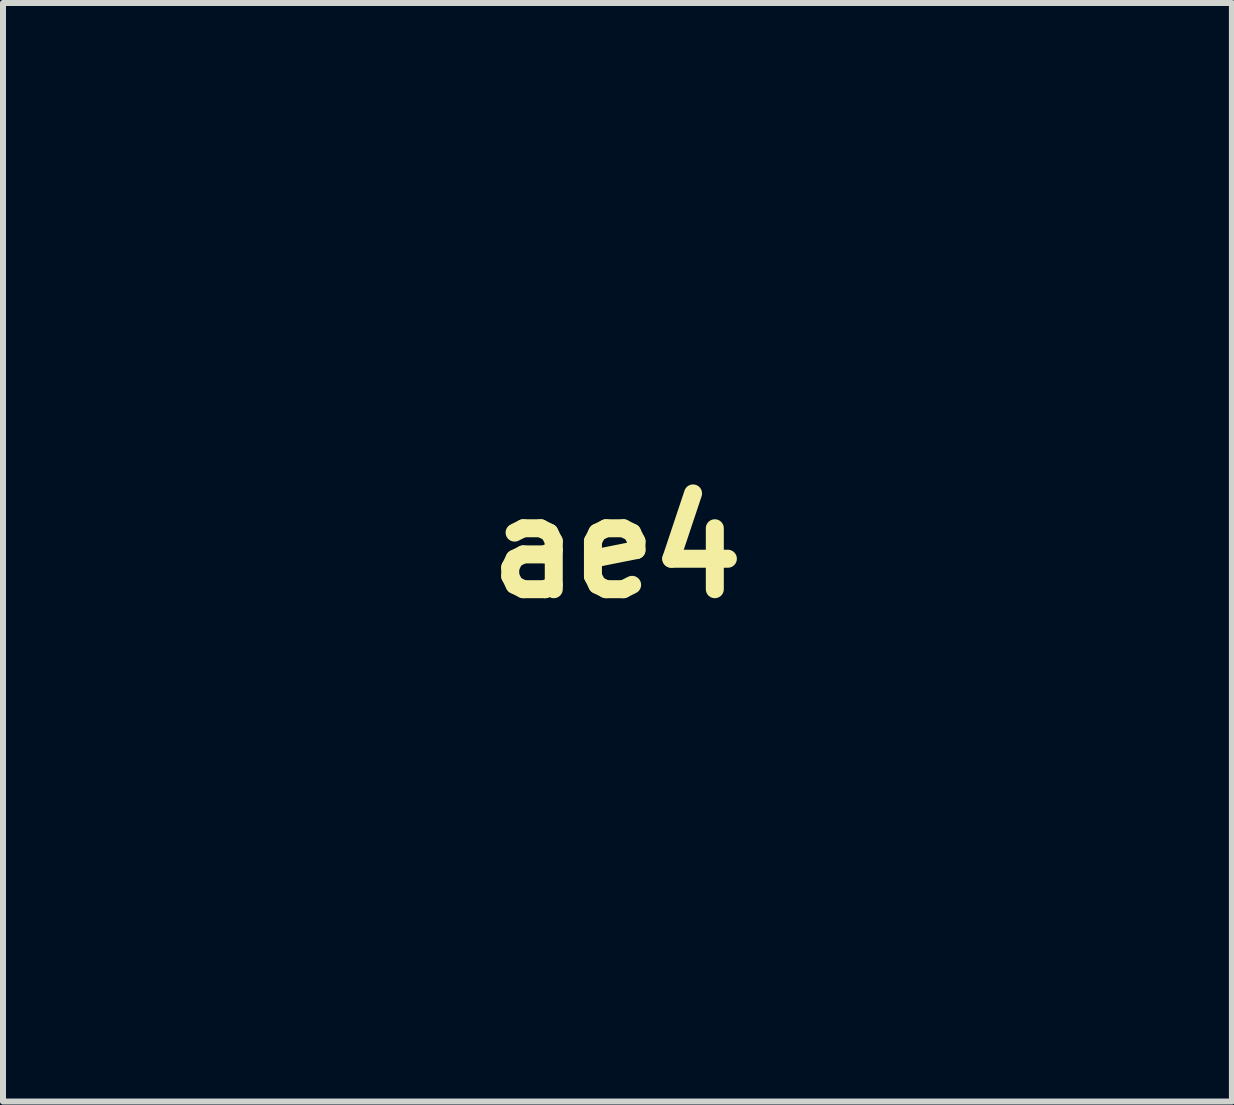
<source format=kicad_pcb>
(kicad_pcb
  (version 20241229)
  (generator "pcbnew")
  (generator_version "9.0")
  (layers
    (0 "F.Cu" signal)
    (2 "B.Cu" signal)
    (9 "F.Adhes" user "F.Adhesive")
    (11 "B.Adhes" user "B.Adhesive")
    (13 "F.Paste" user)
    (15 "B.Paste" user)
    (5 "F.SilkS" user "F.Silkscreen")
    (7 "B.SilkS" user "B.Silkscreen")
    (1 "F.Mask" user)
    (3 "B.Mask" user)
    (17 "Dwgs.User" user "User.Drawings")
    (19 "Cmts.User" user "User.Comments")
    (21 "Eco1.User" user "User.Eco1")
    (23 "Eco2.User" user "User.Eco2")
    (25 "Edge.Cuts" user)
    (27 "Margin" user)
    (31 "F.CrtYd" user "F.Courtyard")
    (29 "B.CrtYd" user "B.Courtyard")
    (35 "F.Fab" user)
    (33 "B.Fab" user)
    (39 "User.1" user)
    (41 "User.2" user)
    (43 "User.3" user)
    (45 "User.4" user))
  (footprint "ae4"
    (layer "F.Cu")
    (at 7.235 6.084)
    (property "Reference" "ae4" (at 0 0 0) (layer "F.SilkS") (effects (font (size 1.524 1.524) (thickness 0.3))))
    (attr through_hole)
    (fp_poly (pts (xy -1.724 2.204) (xy -1.733 2.213) (xy -1.742 2.204) (xy -1.733 2.195) (xy -1.724 2.204)) (stroke (width 0.01) (type solid)) (fill no) (layer "Eco2.User"))
    (fp_poly (pts (xy -1.524 -4.49) (xy -1.533 -4.481) (xy -1.542 -4.49) (xy -1.533 -4.499) (xy -1.524 -4.49)) (stroke (width 0.01) (type solid)) (fill no) (layer "Eco2.User"))
    (fp_poly (pts (xy -1.07 -4.581) (xy -1.079 -4.572) (xy -1.089 -4.581) (xy -1.079 -4.59) (xy -1.07 -4.581)) (stroke (width 0.01) (type solid)) (fill no) (layer "Eco2.User"))
    (fp_poly (pts (xy -0.943 0.844) (xy -0.953 0.853) (xy -0.962 0.844) (xy -0.953 0.835) (xy -0.943 0.844)) (stroke (width 0.01) (type solid)) (fill no) (layer "Eco2.User"))
    (fp_poly (pts (xy 4.808 1.37) (xy 4.799 1.379) (xy 4.79 1.37) (xy 4.799 1.361) (xy 4.808 1.37)) (stroke (width 0.01) (type solid)) (fill no) (layer "Eco2.User"))
    (fp_poly (pts (xy -4.088 -5.691) (xy -4.086 -5.669) (xy -4.088 -5.667) (xy -4.099 -5.669) (xy -4.1 -5.679) (xy -4.094 -5.694) (xy -4.088 -5.691)) (stroke (width 0.01) (type solid)) (fill no) (layer "Eco2.User"))
    (fp_poly (pts (xy -4.07 -5.628) (xy -4.068 -5.599) (xy -4.071 -5.593) (xy -4.079 -5.598) (xy -4.081 -5.617) (xy -4.076 -5.636) (xy -4.07 -5.628)) (stroke (width 0.01) (type solid)) (fill no) (layer "Eco2.User"))
    (fp_poly (pts (xy -3.943 -5.945) (xy -3.941 -5.923) (xy -3.943 -5.921) (xy -3.954 -5.923) (xy -3.955 -5.933) (xy -3.949 -5.948) (xy -3.943 -5.945)) (stroke (width 0.01) (type solid)) (fill no) (layer "Eco2.User"))
    (fp_poly (pts (xy -3.453 2.637) (xy -3.456 2.648) (xy -3.465 2.649) (xy -3.48 2.642) (xy -3.477 2.637) (xy -3.456 2.635) (xy -3.453 2.637)) (stroke (width 0.01) (type solid)) (fill no) (layer "Eco2.User"))
    (fp_poly (pts (xy -3.37 2.655) (xy -3.368 2.662) (xy -3.393 2.664) (xy -3.418 2.661) (xy -3.415 2.655) (xy -3.378 2.653) (xy -3.37 2.655)) (stroke (width 0.01) (type solid)) (fill no) (layer "Eco2.User"))
    (fp_poly (pts (xy -3.054 -4.702) (xy -3.052 -4.674) (xy -3.055 -4.668) (xy -3.063 -4.673) (xy -3.065 -4.691) (xy -3.06 -4.711) (xy -3.054 -4.702)) (stroke (width 0.01) (type solid)) (fill no) (layer "Eco2.User"))
    (fp_poly (pts (xy -2.971 2.637) (xy -2.969 2.643) (xy -2.994 2.646) (xy -3.019 2.643) (xy -3.016 2.637) (xy -2.979 2.634) (xy -2.971 2.637)) (stroke (width 0.01) (type solid)) (fill no) (layer "Eco2.User"))
    (fp_poly (pts (xy -2.455 2.473) (xy -2.458 2.484) (xy -2.467 2.486) (xy -2.482 2.479) (xy -2.48 2.473) (xy -2.458 2.471) (xy -2.455 2.473)) (stroke (width 0.01) (type solid)) (fill no) (layer "Eco2.User"))
    (fp_poly (pts (xy -2.02 -0.738) (xy -2.022 -0.727) (xy -2.032 -0.726) (xy -2.047 -0.732) (xy -2.044 -0.738) (xy -2.023 -0.74) (xy -2.02 -0.738)) (stroke (width 0.01) (type solid)) (fill no) (layer "Eco2.User"))
    (fp_poly (pts (xy -1.784 -4.33) (xy -1.782 -4.309) (xy -1.784 -4.306) (xy -1.795 -4.308) (xy -1.796 -4.318) (xy -1.79 -4.333) (xy -1.784 -4.33)) (stroke (width 0.01) (type solid)) (fill no) (layer "Eco2.User"))
    (fp_poly (pts (xy -1.766 -4.249) (xy -1.763 -4.22) (xy -1.767 -4.214) (xy -1.775 -4.219) (xy -1.777 -4.238) (xy -1.772 -4.257) (xy -1.766 -4.249)) (stroke (width 0.01) (type solid)) (fill no) (layer "Eco2.User"))
    (fp_poly (pts (xy -1.747 -4.176) (xy -1.745 -4.148) (xy -1.749 -4.141) (xy -1.757 -4.147) (xy -1.758 -4.165) (xy -1.754 -4.185) (xy -1.747 -4.176)) (stroke (width 0.01) (type solid)) (fill no) (layer "Eco2.User"))
    (fp_poly (pts (xy -1.512 -4.412) (xy -1.509 -4.384) (xy -1.513 -4.377) (xy -1.521 -4.383) (xy -1.523 -4.401) (xy -1.518 -4.421) (xy -1.512 -4.412)) (stroke (width 0.01) (type solid)) (fill no) (layer "Eco2.User"))
    (fp_poly (pts (xy -1.493 -4.34) (xy -1.491 -4.311) (xy -1.495 -4.305) (xy -1.503 -4.31) (xy -1.504 -4.329) (xy -1.5 -4.348) (xy -1.493 -4.34)) (stroke (width 0.01) (type solid)) (fill no) (layer "Eco2.User"))
    (fp_poly (pts (xy -1.475 -4.267) (xy -1.473 -4.239) (xy -1.477 -4.232) (xy -1.485 -4.238) (xy -1.486 -4.256) (xy -1.482 -4.275) (xy -1.475 -4.267)) (stroke (width 0.01) (type solid)) (fill no) (layer "Eco2.User"))
    (fp_poly (pts (xy -1.058 -4.53) (xy -1.056 -4.508) (xy -1.058 -4.505) (xy -1.069 -4.508) (xy -1.07 -4.518) (xy -1.064 -4.533) (xy -1.058 -4.53)) (stroke (width 0.01) (type solid)) (fill no) (layer "Eco2.User"))
    (fp_poly (pts (xy -1.04 -4.457) (xy -1.038 -4.436) (xy -1.04 -4.433) (xy -1.051 -4.435) (xy -1.052 -4.445) (xy -1.046 -4.46) (xy -1.04 -4.457)) (stroke (width 0.01) (type solid)) (fill no) (layer "Eco2.User"))
    (fp_poly (pts (xy -1.022 -4.403) (xy -1.02 -4.381) (xy -1.022 -4.378) (xy -1.033 -4.381) (xy -1.034 -4.391) (xy -1.028 -4.406) (xy -1.022 -4.403)) (stroke (width 0.01) (type solid)) (fill no) (layer "Eco2.User"))
    (fp_poly (pts (xy -0.242 -6.027) (xy -0.239 -5.998) (xy -0.243 -5.992) (xy -0.251 -5.997) (xy -0.253 -6.016) (xy -0.248 -6.035) (xy -0.242 -6.027)) (stroke (width 0.01) (type solid)) (fill no) (layer "Eco2.User"))
    (fp_poly (pts (xy 0.593 -2.271) (xy 0.595 -2.243) (xy 0.592 -2.236) (xy 0.583 -2.242) (xy 0.582 -2.26) (xy 0.586 -2.28) (xy 0.593 -2.271)) (stroke (width 0.01) (type solid)) (fill no) (layer "Eco2.User"))
    (fp_poly (pts (xy 0.611 -2.353) (xy 0.613 -2.331) (xy 0.611 -2.328) (xy 0.6 -2.331) (xy 0.599 -2.34) (xy 0.605 -2.355) (xy 0.611 -2.353)) (stroke (width 0.01) (type solid)) (fill no) (layer "Eco2.User"))
    (fp_poly (pts (xy 0.683 0.895) (xy 0.686 0.917) (xy 0.683 0.919) (xy 0.673 0.917) (xy 0.671 0.907) (xy 0.678 0.892) (xy 0.683 0.895)) (stroke (width 0.01) (type solid)) (fill no) (layer "Eco2.User"))
    (fp_poly (pts (xy 3.423 -1.982) (xy 3.425 -1.945) (xy 3.423 -1.937) (xy 3.416 -1.934) (xy 3.414 -1.959) (xy 3.417 -1.985) (xy 3.423 -1.982)) (stroke (width 0.01) (type solid)) (fill no) (layer "Eco2.User"))
    (fp_poly (pts (xy 3.441 -2.126) (xy 3.444 -2.098) (xy 3.44 -2.091) (xy 3.432 -2.097) (xy 3.43 -2.115) (xy 3.435 -2.135) (xy 3.441 -2.126)) (stroke (width 0.01) (type solid)) (fill no) (layer "Eco2.User"))
    (fp_poly (pts (xy 4.385 4.886) (xy 4.387 4.908) (xy 4.385 4.911) (xy 4.374 4.908) (xy 4.372 4.899) (xy 4.379 4.884) (xy 4.385 4.886)) (stroke (width 0.01) (type solid)) (fill no) (layer "Eco2.User"))
    (fp_poly (pts (xy 4.747 1.61) (xy 4.75 1.647) (xy 4.747 1.656) (xy 4.741 1.658) (xy 4.738 1.633) (xy 4.741 1.607) (xy 4.747 1.61)) (stroke (width 0.01) (type solid)) (fill no) (layer "Eco2.User"))
    (fp_poly (pts (xy 4.766 1.539) (xy 4.768 1.567) (xy 4.764 1.574) (xy 4.756 1.568) (xy 4.755 1.55) (xy 4.759 1.53) (xy 4.766 1.539)) (stroke (width 0.01) (type solid)) (fill no) (layer "Eco2.User"))
    (fp_poly (pts (xy 4.784 1.448) (xy 4.786 1.476) (xy 4.783 1.483) (xy 4.774 1.477) (xy 4.773 1.459) (xy 4.777 1.44) (xy 4.784 1.448)) (stroke (width 0.01) (type solid)) (fill no) (layer "Eco2.User"))
    (fp_poly (pts (xy 4.802 5.594) (xy 4.804 5.616) (xy 4.802 5.618) (xy 4.791 5.616) (xy 4.79 5.606) (xy 4.796 5.591) (xy 4.802 5.594)) (stroke (width 0.01) (type solid)) (fill no) (layer "Eco2.User"))
    (fp_poly (pts (xy -3.416 -5.52) (xy -3.413 -5.467) (xy -3.416 -5.438) (xy -3.421 -5.43) (xy -3.424 -5.453) (xy -3.424 -5.479) (xy -3.423 -5.518) (xy -3.419 -5.529) (xy -3.416 -5.52)) (stroke (width 0.01) (type solid)) (fill no) (layer "Eco2.User"))
    (fp_poly (pts (xy -3.225 2.672) (xy -3.216 2.677) (xy -3.239 2.68) (xy -3.266 2.68) (xy -3.305 2.679) (xy -3.316 2.675) (xy -3.307 2.672) (xy -3.254 2.669) (xy -3.225 2.672)) (stroke (width 0.01) (type solid)) (fill no) (layer "Eco2.User"))
    (fp_poly (pts (xy -3.061 2.655) (xy -3.061 2.661) (xy -3.089 2.663) (xy -3.093 2.663) (xy -3.121 2.661) (xy -3.119 2.655) (xy -3.116 2.654) (xy -3.076 2.652) (xy -3.061 2.655)) (stroke (width 0.01) (type solid)) (fill no) (layer "Eco2.User"))
    (fp_poly (pts (xy -2.511 2.492) (xy -2.531 2.504) (xy -2.569 2.517) (xy -2.589 2.519) (xy -2.584 2.509) (xy -2.576 2.504) (xy -2.538 2.489) (xy -2.522 2.487) (xy -2.511 2.492)) (stroke (width 0.01) (type solid)) (fill no) (layer "Eco2.User"))
    (fp_poly (pts (xy -1.766 2.221) (xy -1.778 2.232) (xy -1.811 2.247) (xy -1.823 2.249) (xy -1.827 2.242) (xy -1.814 2.232) (xy -1.781 2.216) (xy -1.769 2.214) (xy -1.766 2.221)) (stroke (width 0.01) (type solid)) (fill no) (layer "Eco2.User"))
    (fp_poly (pts (xy -0.985 0.901) (xy -0.989 0.907) (xy -1.006 0.924) (xy -1.009 0.925) (xy -1.01 0.914) (xy -1.007 0.907) (xy -0.99 0.89) (xy -0.987 0.889) (xy -0.985 0.901)) (stroke (width 0.01) (type solid)) (fill no) (layer "Eco2.User"))
    (fp_poly (pts (xy -0.496 -3.3) (xy -0.495 -3.297) (xy -0.493 -3.258) (xy -0.496 -3.243) (xy -0.502 -3.242) (xy -0.504 -3.27) (xy -0.504 -3.275) (xy -0.502 -3.303) (xy -0.496 -3.3)) (stroke (width 0.01) (type solid)) (fill no) (layer "Eco2.User"))
    (fp_poly (pts (xy 5.129 -1.556) (xy 5.132 -1.51) (xy 5.129 -1.492) (xy 5.124 -1.487) (xy 5.121 -1.512) (xy 5.12 -1.524) (xy 5.122 -1.557) (xy 5.127 -1.561) (xy 5.129 -1.556)) (stroke (width 0.01) (type solid)) (fill no) (layer "Eco2.User"))
    (fp_poly (pts (xy 0.086 -4.268) (xy 0.086 -4.268) (xy 0.089 -4.209) (xy 0.086 -4.159) (xy 0.082 -4.149) (xy 0.079 -4.17) (xy 0.078 -4.218) (xy 0.079 -4.265) (xy 0.082 -4.283) (xy 0.086 -4.268)) (stroke (width 0.01) (type solid)) (fill no) (layer "Eco2.User"))
    (fp_poly (pts (xy 0.103 -4.616) (xy 0.104 -4.613) (xy 0.107 -4.549) (xy 0.104 -4.495) (xy 0.1 -4.481) (xy 0.098 -4.5) (xy 0.097 -4.546) (xy 0.097 -4.554) (xy 0.097 -4.604) (xy 0.1 -4.626) (xy 0.103 -4.616)) (stroke (width 0.01) (type solid)) (fill no) (layer "Eco2.User"))
    (fp_poly (pts (xy -4.193 -2.433) (xy -4.177 -2.4) (xy -4.175 -2.393) (xy -4.163 -2.352) (xy -4.161 -2.329) (xy -4.161 -2.328) (xy -4.172 -2.338) (xy -4.189 -2.371) (xy -4.191 -2.377) (xy -4.204 -2.417) (xy -4.205 -2.441) (xy -4.205 -2.442) (xy -4.193 -2.433)) (stroke (width 0.01) (type solid)) (fill no) (layer "Eco2.User"))
    (fp_poly (pts (xy 0.14 -5.379) (xy 0.139 -5.265) (xy 0.136 -5.14) (xy 0.132 -5.021) (xy 0.128 -4.944) (xy 0.115 -4.744) (xy 0.114 -4.935) (xy 0.115 -5.031) (xy 0.117 -5.148) (xy 0.121 -5.27) (xy 0.126 -5.37) (xy 0.139 -5.615) (xy 0.14 -5.379)) (stroke (width 0.01) (type solid)) (fill no) (layer "Eco2.User"))
    (fp_poly (pts (xy -2.63 2.529) (xy -2.665 2.544) (xy -2.721 2.565) (xy -2.757 2.578) (xy -2.827 2.601) (xy -2.885 2.619) (xy -2.922 2.629) (xy -2.929 2.629) (xy -2.922 2.623) (xy -2.887 2.609) (xy -2.83 2.587) (xy -2.795 2.575) (xy -2.724 2.551) (xy -2.666 2.534) (xy -2.63 2.524) (xy -2.622 2.523) (xy -2.63 2.529)) (stroke (width 0.01) (type solid)) (fill no) (layer "Eco2.User"))
    (fp_poly (pts (xy -4.239 0.955) (xy -4.198 0.985) (xy -4.156 1.022) (xy -4.106 1.067) (xy -4.061 1.103) (xy -4.037 1.12) (xy -4.013 1.139) (xy -4.011 1.151) (xy -4.031 1.147) (xy -4.07 1.128) (xy -4.102 1.109) (xy -4.155 1.071) (xy -4.204 1.03) (xy -4.243 0.991) (xy -4.267 0.961) (xy -4.269 0.945) (xy -4.264 0.943) (xy -4.239 0.955)) (stroke (width 0.01) (type solid)) (fill no) (layer "Eco2.User"))
    (fp_poly (pts (xy 3.93 -2.495) (xy 3.932 -2.452) (xy 3.933 -2.376) (xy 3.933 -2.331) (xy 3.931 -2.22) (xy 3.926 -2.101) (xy 3.918 -1.989) (xy 3.91 -1.914) (xy 3.886 -1.733) (xy 3.896 -2.032) (xy 3.9 -2.143) (xy 3.905 -2.252) (xy 3.911 -2.348) (xy 3.916 -2.423) (xy 3.919 -2.449) (xy 3.924 -2.492) (xy 3.928 -2.508) (xy 3.93 -2.495)) (stroke (width 0.01) (type solid)) (fill no) (layer "Eco2.User"))
    (fp_poly (pts (xy -4.397 -0.325) (xy -4.416 -0.287) (xy -4.426 -0.27) (xy -4.456 -0.196) (xy -4.46 -0.114) (xy -4.444 -0.031) (xy -4.431 0.029) (xy -4.433 0.057) (xy -4.448 0.051) (xy -4.475 0.011) (xy -4.488 -0.013) (xy -4.522 -0.091) (xy -4.533 -0.152) (xy -4.519 -0.205) (xy -4.48 -0.261) (xy -4.47 -0.273) (xy -4.425 -0.318) (xy -4.401 -0.335) (xy -4.397 -0.325)) (stroke (width 0.01) (type solid)) (fill no) (layer "Eco2.User"))
    (fp_poly (pts (xy -0.512 -6.061) (xy -0.492 -6.017) (xy -0.471 -5.952) (xy -0.452 -5.875) (xy -0.435 -5.794) (xy -0.426 -5.728) (xy -0.42 -5.657) (xy -0.42 -5.617) (xy -0.425 -5.61) (xy -0.433 -5.635) (xy -0.442 -5.696) (xy -0.444 -5.71) (xy -0.462 -5.806) (xy -0.49 -5.915) (xy -0.523 -6.016) (xy -0.535 -6.046) (xy -0.538 -6.073) (xy -0.529 -6.078) (xy -0.512 -6.061)) (stroke (width 0.01) (type solid)) (fill no) (layer "Eco2.User"))
    (fp_poly (pts (xy -5.1 -1.184) (xy -5.073 -1.152) (xy -5.037 -1.114) (xy -4.987 -1.079) (xy -4.977 -1.074) (xy -4.941 -1.05) (xy -4.927 -1.033) (xy -4.929 -1.029) (xy -4.956 -1.028) (xy -4.992 -1.041) (xy -5.046 -1.064) (xy -5.087 -1.077) (xy -5.124 -1.095) (xy -5.128 -1.116) (xy -5.128 -1.145) (xy -5.135 -1.153) (xy -5.152 -1.175) (xy -5.141 -1.194) (xy -5.127 -1.197) (xy -5.1 -1.184)) (stroke (width 0.01) (type solid)) (fill no) (layer "Eco2.User"))
    (fp_poly (pts (xy 4.909 4.927) (xy 4.909 4.979) (xy 4.906 5.044) (xy 4.902 5.105) (xy 4.893 5.178) (xy 4.882 5.258) (xy 4.868 5.339) (xy 4.854 5.414) (xy 4.84 5.479) (xy 4.828 5.528) (xy 4.818 5.555) (xy 4.811 5.554) (xy 4.81 5.542) (xy 4.812 5.509) (xy 4.821 5.441) (xy 4.835 5.341) (xy 4.856 5.21) (xy 4.882 5.049) (xy 4.905 4.908) (xy 4.908 4.902) (xy 4.909 4.927)) (stroke (width 0.01) (type solid)) (fill no) (layer "Eco2.User"))
    (fp_poly (pts (xy -1.867 -0.627) (xy -1.847 -0.618) (xy -1.8 -0.603) (xy -1.736 -0.583) (xy -1.705 -0.574) (xy -1.635 -0.552) (xy -1.597 -0.538) (xy -1.589 -0.53) (xy -1.608 -0.527) (xy -1.615 -0.527) (xy -1.669 -0.524) (xy -1.714 -0.519) (xy -1.714 -0.519) (xy -1.763 -0.517) (xy -1.792 -0.52) (xy -1.823 -0.533) (xy -1.832 -0.546) (xy -1.848 -0.558) (xy -1.878 -0.562) (xy -1.912 -0.568) (xy -1.923 -0.578) (xy -1.912 -0.601) (xy -1.889 -0.622) (xy -1.869 -0.628) (xy -1.867 -0.627)) (stroke (width 0.01) (type solid)) (fill no) (layer "Eco2.User"))
    (fp_poly (pts (xy -2.839 1.101) (xy -2.86 1.119) (xy -2.898 1.14) (xy -3 1.183) (xy -3.125 1.22) (xy -3.263 1.25) (xy -3.405 1.271) (xy -3.541 1.282) (xy -3.662 1.282) (xy -3.743 1.272) (xy -3.794 1.257) (xy -3.83 1.237) (xy -3.834 1.234) (xy -3.843 1.219) (xy -3.825 1.219) (xy -3.81 1.223) (xy -3.772 1.23) (xy -3.708 1.238) (xy -3.632 1.244) (xy -3.6 1.246) (xy -3.392 1.241) (xy -3.181 1.202) (xy -2.998 1.14) (xy -2.929 1.114) (xy -2.877 1.099) (xy -2.846 1.094) (xy -2.839 1.101)) (stroke (width 0.01) (type solid)) (fill no) (layer "Eco2.User"))
    (fp_poly (pts (xy -4.651 -3.636) (xy -4.622 -3.595) (xy -4.595 -3.551) (xy -4.556 -3.483) (xy -4.511 -3.397) (xy -4.463 -3.299) (xy -4.415 -3.195) (xy -4.367 -3.09) (xy -4.323 -2.988) (xy -4.285 -2.897) (xy -4.256 -2.82) (xy -4.237 -2.763) (xy -4.232 -2.732) (xy -4.233 -2.728) (xy -4.242 -2.741) (xy -4.263 -2.782) (xy -4.293 -2.846) (xy -4.33 -2.926) (xy -4.353 -2.98) (xy -4.404 -3.092) (xy -4.461 -3.213) (xy -4.518 -3.331) (xy -4.568 -3.43) (xy -4.575 -3.443) (xy -4.618 -3.527) (xy -4.647 -3.591) (xy -4.663 -3.631) (xy -4.664 -3.647) (xy -4.651 -3.636)) (stroke (width 0.01) (type solid)) (fill no) (layer "Eco2.User"))
    (fp_poly (pts (xy 5.294 4.407) (xy 5.301 4.46) (xy 5.306 4.537) (xy 5.31 4.636) (xy 5.312 4.753) (xy 5.313 4.882) (xy 5.311 5.022) (xy 5.308 5.168) (xy 5.304 5.315) (xy 5.297 5.462) (xy 5.289 5.602) (xy 5.28 5.724) (xy 5.269 5.846) (xy 5.26 5.957) (xy 5.253 6.052) (xy 5.247 6.125) (xy 5.244 6.171) (xy 5.244 6.182) (xy 5.24 6.207) (xy 5.222 6.219) (xy 5.181 6.223) (xy 5.154 6.223) (xy 5.065 6.223) (xy 5.044 6.096) (xy 5.033 6.019) (xy 5.027 5.943) (xy 5.026 5.892) (xy 5.029 5.793) (xy 5.024 5.73) (xy 5.01 5.701) (xy 4.988 5.706) (xy 4.956 5.745) (xy 4.921 5.804) (xy 4.877 5.881) (xy 4.828 5.966) (xy 4.8 6.014) (xy 4.765 6.077) (xy 4.738 6.135) (xy 4.726 6.17) (xy 4.709 6.209) (xy 4.686 6.223) (xy 4.669 6.216) (xy 4.666 6.188) (xy 4.671 6.156) (xy 4.689 6.094) (xy 4.715 6.029) (xy 4.719 6.02) (xy 4.738 5.98) (xy 4.766 5.913) (xy 4.802 5.828) (xy 4.841 5.733) (xy 4.86 5.684) (xy 4.903 5.576) (xy 4.948 5.466) (xy 4.99 5.363) (xy 5.024 5.28) (xy 5.033 5.259) (xy 5.058 5.19) (xy 5.089 5.094) (xy 5.122 4.982) (xy 5.155 4.861) (xy 5.18 4.76) (xy 5.206 4.653) (xy 5.23 4.556) (xy 5.251 4.476) (xy 5.266 4.419) (xy 5.274 4.391) (xy 5.274 4.391) (xy 5.285 4.382) (xy 5.294 4.407)) (stroke (width 0.01) (type solid)) (fill no) (layer "Eco2.User"))
    (fp_poly (pts (xy 0.671 0.962) (xy 0.669 0.991) (xy 0.663 1.047) (xy 0.655 1.122) (xy 0.645 1.198) (xy 0.602 1.47) (xy 0.544 1.71) (xy 0.469 1.922) (xy 0.377 2.108) (xy 0.267 2.27) (xy 0.137 2.411) (xy 0.111 2.434) (xy 0.075 2.469) (xy 0.018 2.526) (xy -0.053 2.601) (xy -0.137 2.69) (xy -0.227 2.787) (xy -0.308 2.876) (xy -0.427 3.006) (xy -0.523 3.11) (xy -0.596 3.189) (xy -0.647 3.244) (xy -0.677 3.274) (xy -0.687 3.282) (xy -0.678 3.268) (xy -0.649 3.232) (xy -0.639 3.22) (xy -0.605 3.178) (xy -0.551 3.115) (xy -0.484 3.035) (xy -0.408 2.946) (xy -0.329 2.852) (xy -0.318 2.839) (xy -0.239 2.746) (xy -0.164 2.655) (xy -0.098 2.572) (xy -0.045 2.505) (xy -0.01 2.458) (xy -0.007 2.453) (xy 0.019 2.411) (xy 0.073 2.411) (xy 0.084 2.409) (xy 0.112 2.385) (xy 0.151 2.342) (xy 0.198 2.287) (xy 0.248 2.225) (xy 0.296 2.162) (xy 0.337 2.105) (xy 0.365 2.059) (xy 0.417 1.951) (xy 0.47 1.816) (xy 0.518 1.667) (xy 0.558 1.513) (xy 0.571 1.455) (xy 0.588 1.366) (xy 0.596 1.311) (xy 0.593 1.29) (xy 0.58 1.303) (xy 0.556 1.349) (xy 0.521 1.43) (xy 0.501 1.479) (xy 0.399 1.723) (xy 0.303 1.939) (xy 0.216 2.123) (xy 0.153 2.247) (xy 0.118 2.314) (xy 0.091 2.368) (xy 0.076 2.403) (xy 0.073 2.411) (xy 0.019 2.411) (xy 0.051 2.358) (xy 0.119 2.234) (xy 0.193 2.086) (xy 0.272 1.92) (xy 0.352 1.741) (xy 0.432 1.554) (xy 0.509 1.364) (xy 0.58 1.178) (xy 0.583 1.17) (xy 0.614 1.088) (xy 0.64 1.022) (xy 0.66 0.978) (xy 0.67 0.961) (xy 0.671 0.962)) (stroke (width 0.01) (type solid)) (fill no) (layer "Eco2.User"))
    (fp_poly (pts (xy 5.111 -1.389) (xy 5.108 -1.338) (xy 5.102 -1.257) (xy 5.094 -1.152) (xy 5.083 -1.025) (xy 5.071 -0.881) (xy 5.057 -0.722) (xy 5.046 -0.596) (xy 5.028 -0.39) (xy 5.013 -0.212) (xy 5.001 -0.056) (xy 4.991 0.084) (xy 4.983 0.217) (xy 4.977 0.349) (xy 4.973 0.488) (xy 4.969 0.639) (xy 4.966 0.812) (xy 4.964 0.953) (xy 4.958 1.281) (xy 4.95 1.58) (xy 4.939 1.852) (xy 4.924 2.104) (xy 4.906 2.342) (xy 4.883 2.57) (xy 4.855 2.793) (xy 4.822 3.018) (xy 4.782 3.249) (xy 4.737 3.492) (xy 4.717 3.592) (xy 4.695 3.696) (xy 4.669 3.814) (xy 4.639 3.942) (xy 4.607 4.075) (xy 4.574 4.211) (xy 4.541 4.344) (xy 4.509 4.47) (xy 4.478 4.586) (xy 4.451 4.687) (xy 4.427 4.769) (xy 4.409 4.828) (xy 4.397 4.859) (xy 4.392 4.86) (xy 4.395 4.84) (xy 4.404 4.789) (xy 4.42 4.71) (xy 4.44 4.607) (xy 4.464 4.484) (xy 4.491 4.346) (xy 4.521 4.195) (xy 4.526 4.17) (xy 4.559 4.002) (xy 4.592 3.831) (xy 4.623 3.663) (xy 4.652 3.505) (xy 4.676 3.364) (xy 4.696 3.247) (xy 4.707 3.175) (xy 4.725 3.037) (xy 4.745 2.868) (xy 4.765 2.673) (xy 4.786 2.455) (xy 4.808 2.22) (xy 4.829 1.973) (xy 4.85 1.718) (xy 4.869 1.46) (xy 4.888 1.204) (xy 4.904 0.954) (xy 4.919 0.716) (xy 4.931 0.494) (xy 4.934 0.426) (xy 4.939 0.332) (xy 4.947 0.217) (xy 4.957 0.085) (xy 4.969 -0.061) (xy 4.982 -0.216) (xy 4.996 -0.376) (xy 5.011 -0.538) (xy 5.027 -0.697) (xy 5.042 -0.849) (xy 5.056 -0.991) (xy 5.07 -1.119) (xy 5.083 -1.228) (xy 5.094 -1.315) (xy 5.103 -1.375) (xy 5.109 -1.406) (xy 5.111 -1.408) (xy 5.111 -1.389)) (stroke (width 0.01) (type solid)) (fill no) (layer "Eco2.User"))
    (fp_poly (pts (xy 3.845 -1.183) (xy 3.847 -1.135) (xy 3.848 -1.056) (xy 3.847 -0.949) (xy 3.846 -0.817) (xy 3.844 -0.661) (xy 3.842 -0.485) (xy 3.838 -0.291) (xy 3.834 -0.083) (xy 3.83 0.138) (xy 3.825 0.369) (xy 3.819 0.607) (xy 3.813 0.849) (xy 3.807 1.093) (xy 3.8 1.335) (xy 3.794 1.574) (xy 3.787 1.807) (xy 3.78 2.031) (xy 3.773 2.244) (xy 3.766 2.442) (xy 3.759 2.623) (xy 3.753 2.784) (xy 3.746 2.923) (xy 3.74 3.038) (xy 3.736 3.102) (xy 3.731 3.171) (xy 3.722 3.272) (xy 3.71 3.4) (xy 3.695 3.55) (xy 3.678 3.718) (xy 3.659 3.9) (xy 3.639 4.091) (xy 3.618 4.286) (xy 3.611 4.354) (xy 3.585 4.586) (xy 3.564 4.784) (xy 3.546 4.951) (xy 3.531 5.09) (xy 3.518 5.203) (xy 3.509 5.294) (xy 3.502 5.364) (xy 3.497 5.416) (xy 3.495 5.452) (xy 3.494 5.476) (xy 3.494 5.49) (xy 3.496 5.497) (xy 3.498 5.498) (xy 3.502 5.498) (xy 3.505 5.497) (xy 3.51 5.496) (xy 3.517 5.489) (xy 3.527 5.475) (xy 3.54 5.45) (xy 3.558 5.413) (xy 3.582 5.359) (xy 3.614 5.288) (xy 3.654 5.195) (xy 3.703 5.079) (xy 3.764 4.937) (xy 3.836 4.766) (xy 3.895 4.626) (xy 4.175 3.964) (xy 4.389 3.102) (xy 4.435 2.92) (xy 4.479 2.738) (xy 4.522 2.563) (xy 4.562 2.399) (xy 4.597 2.251) (xy 4.627 2.124) (xy 4.651 2.022) (xy 4.664 1.962) (xy 4.685 1.869) (xy 4.704 1.791) (xy 4.718 1.734) (xy 4.728 1.704) (xy 4.731 1.701) (xy 4.73 1.729) (xy 4.721 1.788) (xy 4.704 1.878) (xy 4.681 1.996) (xy 4.651 2.139) (xy 4.615 2.304) (xy 4.574 2.489) (xy 4.528 2.691) (xy 4.478 2.908) (xy 4.424 3.138) (xy 4.367 3.377) (xy 4.348 3.456) (xy 4.314 3.598) (xy 4.283 3.731) (xy 4.254 3.852) (xy 4.231 3.955) (xy 4.213 4.035) (xy 4.202 4.087) (xy 4.2 4.1) (xy 4.093 4.722) (xy 3.965 5.325) (xy 3.895 5.615) (xy 3.868 5.726) (xy 3.841 5.843) (xy 3.817 5.952) (xy 3.8 6.041) (xy 3.799 6.046) (xy 3.768 6.223) (xy 2.98 6.223) (xy 2.783 6.223) (xy 2.62 6.222) (xy 2.488 6.221) (xy 2.385 6.219) (xy 2.307 6.217) (xy 2.253 6.214) (xy 2.219 6.21) (xy 2.203 6.205) (xy 2.201 6.2) (xy 2.212 6.176) (xy 2.235 6.126) (xy 2.267 6.056) (xy 2.305 5.972) (xy 2.322 5.933) (xy 2.385 5.791) (xy 2.456 5.624) (xy 2.532 5.439) (xy 2.609 5.246) (xy 2.683 5.053) (xy 2.753 4.87) (xy 2.813 4.704) (xy 2.83 4.654) (xy 2.883 4.493) (xy 2.941 4.307) (xy 3.003 4.099) (xy 3.068 3.875) (xy 3.134 3.638) (xy 3.2 3.393) (xy 3.266 3.143) (xy 3.329 2.895) (xy 3.39 2.651) (xy 3.447 2.416) (xy 3.498 2.195) (xy 3.543 1.992) (xy 3.581 1.811) (xy 3.61 1.657) (xy 3.627 1.55) (xy 3.632 1.508) (xy 3.639 1.435) (xy 3.648 1.332) (xy 3.658 1.204) (xy 3.669 1.056) (xy 3.682 0.889) (xy 3.695 0.709) (xy 3.709 0.519) (xy 3.718 0.39) (xy 3.738 0.113) (xy 3.755 -0.13) (xy 3.77 -0.342) (xy 3.783 -0.524) (xy 3.794 -0.678) (xy 3.804 -0.807) (xy 3.812 -0.913) (xy 3.819 -0.999) (xy 3.824 -1.065) (xy 3.829 -1.116) (xy 3.833 -1.152) (xy 3.836 -1.176) (xy 3.839 -1.19) (xy 3.841 -1.197) (xy 3.842 -1.197) (xy 3.845 -1.183)) (stroke (width 0.01) (type solid)) (fill no) (layer "Eco2.User"))
    (fp_poly (pts (xy -5.288 -3.282) (xy -5.22 -3.274) (xy -5.154 -3.26) (xy -5.139 -3.256) (xy -5.077 -3.231) (xy -5.004 -3.191) (xy -4.934 -3.144) (xy -4.933 -3.143) (xy -4.864 -3.089) (xy -4.794 -3.031) (xy -4.729 -2.974) (xy -4.675 -2.923) (xy -4.636 -2.882) (xy -4.617 -2.857) (xy -4.617 -2.852) (xy -4.635 -2.857) (xy -4.669 -2.882) (xy -4.693 -2.904) (xy -4.76 -2.966) (xy -4.719 -2.903) (xy -4.68 -2.837) (xy -4.634 -2.749) (xy -4.584 -2.647) (xy -4.533 -2.54) (xy -4.486 -2.435) (xy -4.445 -2.339) (xy -4.415 -2.261) (xy -4.4 -2.213) (xy -4.382 -2.113) (xy -4.369 -1.99) (xy -4.361 -1.855) (xy -4.359 -1.722) (xy -4.363 -1.601) (xy -4.369 -1.54) (xy -4.388 -1.437) (xy -4.42 -1.336) (xy -4.458 -1.246) (xy -4.5 -1.176) (xy -4.532 -1.142) (xy -4.598 -1.111) (xy -4.671 -1.115) (xy -4.729 -1.142) (xy -4.799 -1.201) (xy -4.865 -1.288) (xy -4.92 -1.392) (xy -4.957 -1.504) (xy -4.961 -1.518) (xy -4.966 -1.553) (xy -4.956 -1.572) (xy -4.922 -1.582) (xy -4.899 -1.585) (xy -4.85 -1.599) (xy -4.818 -1.618) (xy -4.814 -1.624) (xy -4.817 -1.665) (xy -4.846 -1.711) (xy -4.897 -1.754) (xy -4.945 -1.781) (xy -5.026 -1.816) (xy -5.025 -2.037) (xy -5.022 -2.161) (xy -5.019 -2.203) (xy -4.699 -2.203) (xy -4.688 -2.183) (xy -4.667 -2.186) (xy -4.649 -2.21) (xy -4.657 -2.229) (xy -4.67 -2.232) (xy -4.695 -2.217) (xy -4.699 -2.203) (xy -5.019 -2.203) (xy -5.014 -2.273) (xy -5.001 -2.362) (xy -4.997 -2.376) (xy -4.997 -2.379) (xy -4.729 -2.379) (xy -4.718 -2.343) (xy -4.718 -2.343) (xy -4.7 -2.312) (xy -4.682 -2.306) (xy -4.655 -2.315) (xy -4.633 -2.34) (xy -4.628 -2.379) (xy -4.64 -2.414) (xy -4.655 -2.425) (xy -4.69 -2.423) (xy -4.711 -2.409) (xy -4.729 -2.379) (xy -4.997 -2.379) (xy -4.976 -2.449) (xy -4.948 -2.521) (xy -4.917 -2.583) (xy -4.888 -2.629) (xy -4.864 -2.649) (xy -4.862 -2.649) (xy -4.846 -2.664) (xy -4.844 -2.676) (xy -4.859 -2.7) (xy -4.871 -2.703) (xy -4.895 -2.717) (xy -4.899 -2.728) (xy -4.915 -2.748) (xy -4.96 -2.763) (xy -4.971 -2.765) (xy -5.017 -2.776) (xy -5.042 -2.79) (xy -5.044 -2.794) (xy -5.056 -2.813) (xy -5.088 -2.81) (xy -5.132 -2.788) (xy -5.182 -2.75) (xy -5.198 -2.735) (xy -5.253 -2.667) (xy -5.296 -2.584) (xy -5.328 -2.48) (xy -5.352 -2.35) (xy -5.367 -2.19) (xy -5.368 -2.179) (xy -5.374 -2.084) (xy -5.377 -1.996) (xy -5.379 -1.923) (xy -5.377 -1.878) (xy -5.371 -1.805) (xy -5.397 -1.881) (xy -5.41 -1.934) (xy -5.425 -2.01) (xy -5.438 -2.095) (xy -5.442 -2.126) (xy -5.457 -2.223) (xy -5.473 -2.285) (xy -5.489 -2.31) (xy -5.507 -2.331) (xy -5.506 -2.342) (xy -5.511 -2.356) (xy -5.526 -2.359) (xy -5.546 -2.362) (xy -5.538 -2.38) (xy -5.531 -2.389) (xy -5.516 -2.411) (xy -5.529 -2.41) (xy -5.543 -2.405) (xy -5.59 -2.39) (xy -5.624 -2.382) (xy -5.651 -2.378) (xy -5.651 -2.384) (xy -5.622 -2.404) (xy -5.614 -2.409) (xy -5.572 -2.442) (xy -5.523 -2.49) (xy -5.475 -2.543) (xy -5.435 -2.593) (xy -5.411 -2.632) (xy -5.407 -2.646) (xy -5.419 -2.663) (xy -5.447 -2.66) (xy -5.492 -2.65) (xy -5.551 -2.64) (xy -5.561 -2.639) (xy -5.633 -2.629) (xy -5.543 -2.677) (xy -5.434 -2.746) (xy -5.358 -2.822) (xy -5.31 -2.911) (xy -5.29 -2.991) (xy -5.285 -3.04) (xy -5.289 -3.06) (xy -5.305 -3.06) (xy -5.306 -3.06) (xy -5.333 -3.054) (xy -5.336 -3.064) (xy -5.319 -3.083) (xy -5.287 -3.104) (xy -5.266 -3.114) (xy -5.177 -3.134) (xy -5.072 -3.126) (xy -4.959 -3.093) (xy -4.941 -3.085) (xy -4.892 -3.063) (xy -4.87 -3.057) (xy -4.872 -3.064) (xy -4.889 -3.084) (xy -4.922 -3.11) (xy -4.976 -3.144) (xy -5.041 -3.18) (xy -5.049 -3.184) (xy -5.126 -3.22) (xy -5.188 -3.239) (xy -5.251 -3.247) (xy -5.291 -3.248) (xy -5.352 -3.25) (xy -5.393 -3.257) (xy -5.407 -3.266) (xy -5.39 -3.278) (xy -5.348 -3.283) (xy -5.288 -3.282)) (stroke (width 0.01) (type solid)) (fill no) (layer "Eco2.User"))
    (fp_poly (pts (xy 5.095 -6.069) (xy 5.097 -6.068) (xy 5.109 -6.041) (xy 5.125 -5.984) (xy 5.145 -5.902) (xy 5.167 -5.802) (xy 5.191 -5.687) (xy 5.214 -5.565) (xy 5.235 -5.44) (xy 5.246 -5.37) (xy 5.256 -5.307) (xy 5.264 -5.247) (xy 5.27 -5.188) (xy 5.276 -5.126) (xy 5.28 -5.055) (xy 5.283 -4.972) (xy 5.285 -4.874) (xy 5.286 -4.755) (xy 5.287 -4.612) (xy 5.287 -4.44) (xy 5.288 -4.245) (xy 5.287 -3.998) (xy 5.286 -3.782) (xy 5.283 -3.593) (xy 5.279 -3.425) (xy 5.274 -3.275) (xy 5.268 -3.136) (xy 5.259 -3.005) (xy 5.257 -2.966) (xy 5.246 -2.807) (xy 5.238 -2.676) (xy 5.235 -2.568) (xy 5.236 -2.474) (xy 5.24 -2.388) (xy 5.243 -2.349) (xy 5.251 -2.25) (xy 5.261 -2.118) (xy 5.273 -1.958) (xy 5.286 -1.774) (xy 5.3 -1.57) (xy 5.314 -1.351) (xy 5.33 -1.12) (xy 5.336 -1.025) (xy 5.34 -0.943) (xy 5.344 -0.83) (xy 5.349 -0.69) (xy 5.353 -0.528) (xy 5.357 -0.349) (xy 5.361 -0.158) (xy 5.364 0.04) (xy 5.367 0.241) (xy 5.368 0.309) (xy 5.379 1.316) (xy 5.594 1.751) (xy 5.762 2.085) (xy 5.937 2.419) (xy 6.126 2.764) (xy 6.298 3.07) (xy 6.498 3.436) (xy 6.669 3.792) (xy 6.815 4.143) (xy 6.938 4.499) (xy 7.043 4.867) (xy 7.13 5.255) (xy 7.137 5.29) (xy 7.158 5.404) (xy 7.179 5.528) (xy 7.197 5.655) (xy 7.214 5.78) (xy 7.228 5.899) (xy 7.239 6.007) (xy 7.246 6.098) (xy 7.249 6.168) (xy 7.247 6.211) (xy 7.241 6.223) (xy 7.231 6.206) (xy 7.22 6.163) (xy 7.212 6.102) (xy 7.212 6.101) (xy 7.167 5.707) (xy 7.108 5.341) (xy 7.037 4.995) (xy 6.949 4.662) (xy 6.93 4.596) (xy 6.868 4.399) (xy 6.804 4.215) (xy 6.737 4.037) (xy 6.662 3.861) (xy 6.579 3.68) (xy 6.483 3.487) (xy 6.372 3.278) (xy 6.244 3.046) (xy 6.219 3.003) (xy 6.066 2.728) (xy 5.92 2.461) (xy 5.783 2.207) (xy 5.66 1.972) (xy 5.552 1.759) (xy 5.499 1.651) (xy 5.379 1.406) (xy 5.375 1.866) (xy 5.37 2.326) (xy 5.581 2.719) (xy 5.643 2.833) (xy 5.718 2.971) (xy 5.802 3.126) (xy 5.892 3.291) (xy 5.982 3.459) (xy 6.071 3.621) (xy 6.114 3.701) (xy 6.275 3.999) (xy 6.418 4.269) (xy 6.545 4.516) (xy 6.656 4.742) (xy 6.755 4.952) (xy 6.842 5.148) (xy 6.918 5.335) (xy 6.986 5.515) (xy 7.047 5.692) (xy 7.102 5.869) (xy 7.121 5.933) (xy 7.152 6.043) (xy 7.172 6.123) (xy 7.182 6.177) (xy 7.182 6.208) (xy 7.173 6.222) (xy 7.166 6.223) (xy 7.151 6.208) (xy 7.148 6.194) (xy 7.143 6.156) (xy 7.127 6.09) (xy 7.103 6.003) (xy 7.072 5.9) (xy 7.038 5.788) (xy 7 5.674) (xy 6.963 5.563) (xy 6.926 5.462) (xy 6.924 5.457) (xy 6.876 5.334) (xy 6.818 5.192) (xy 6.753 5.039) (xy 6.686 4.886) (xy 6.62 4.74) (xy 6.559 4.611) (xy 6.508 4.508) (xy 6.486 4.467) (xy 6.448 4.396) (xy 6.394 4.296) (xy 6.324 4.166) (xy 6.238 4.007) (xy 6.136 3.818) (xy 6.016 3.598) (xy 5.88 3.347) (xy 5.727 3.065) (xy 5.557 2.752) (xy 5.525 2.694) (xy 5.368 2.404) (xy 5.378 2.57) (xy 5.383 2.628) (xy 5.393 2.716) (xy 5.405 2.829) (xy 5.42 2.961) (xy 5.438 3.107) (xy 5.457 3.261) (xy 5.47 3.368) (xy 5.489 3.517) (xy 5.507 3.654) (xy 5.522 3.777) (xy 5.535 3.881) (xy 5.544 3.961) (xy 5.55 4.013) (xy 5.552 4.032) (xy 5.568 4.06) (xy 5.614 4.094) (xy 5.641 4.109) (xy 5.736 4.169) (xy 5.833 4.251) (xy 5.921 4.343) (xy 5.988 4.436) (xy 6 4.458) (xy 6.039 4.54) (xy 6.082 4.652) (xy 6.13 4.795) (xy 6.184 4.969) (xy 6.244 5.175) (xy 6.31 5.415) (xy 6.382 5.689) (xy 6.404 5.776) (xy 6.442 5.923) (xy 6.47 6.038) (xy 6.489 6.123) (xy 6.499 6.181) (xy 6.502 6.215) (xy 6.497 6.227) (xy 6.487 6.221) (xy 6.48 6.202) (xy 6.466 6.152) (xy 6.446 6.078) (xy 6.421 5.984) (xy 6.392 5.875) (xy 6.376 5.814) (xy 6.32 5.596) (xy 6.263 5.387) (xy 6.209 5.191) (xy 6.158 5.012) (xy 6.111 4.855) (xy 6.069 4.723) (xy 6.034 4.621) (xy 6.024 4.594) (xy 5.979 4.492) (xy 5.927 4.409) (xy 5.867 4.337) (xy 5.813 4.283) (xy 5.752 4.23) (xy 5.691 4.183) (xy 5.637 4.146) (xy 5.597 4.125) (xy 5.577 4.124) (xy 5.576 4.144) (xy 5.58 4.195) (xy 5.587 4.272) (xy 5.598 4.37) (xy 5.611 4.485) (xy 5.624 4.593) (xy 5.647 4.787) (xy 5.668 4.982) (xy 5.687 5.174) (xy 5.704 5.359) (xy 5.719 5.536) (xy 5.731 5.699) (xy 5.74 5.846) (xy 5.746 5.974) (xy 5.749 6.079) (xy 5.748 6.157) (xy 5.744 6.207) (xy 5.736 6.223) (xy 5.722 6.207) (xy 5.715 6.165) (xy 5.715 6.154) (xy 5.714 6.103) (xy 5.71 6.023) (xy 5.704 5.919) (xy 5.696 5.8) (xy 5.688 5.67) (xy 5.679 5.537) (xy 5.669 5.408) (xy 5.66 5.288) (xy 5.652 5.186) (xy 5.644 5.106) (xy 5.642 5.08) (xy 5.629 4.967) (xy 5.613 4.834) (xy 5.595 4.687) (xy 5.576 4.528) (xy 5.555 4.363) (xy 5.534 4.195) (xy 5.513 4.029) (xy 5.493 3.868) (xy 5.473 3.717) (xy 5.455 3.58) (xy 5.439 3.461) (xy 5.426 3.364) (xy 5.416 3.293) (xy 5.41 3.253) (xy 5.408 3.248) (xy 5.392 3.184) (xy 5.387 3.275) (xy 5.383 3.311) (xy 5.38 3.312) (xy 5.376 3.279) (xy 5.372 3.214) (xy 5.369 3.117) (xy 5.365 2.989) (xy 5.361 2.832) (xy 5.357 2.647) (xy 5.353 2.434) (xy 5.35 2.196) (xy 5.346 1.934) (xy 5.343 1.647) (xy 5.339 1.339) (xy 5.337 1.098) (xy 5.334 0.781) (xy 5.331 0.497) (xy 5.328 0.241) (xy 5.324 0.011) (xy 5.321 -0.198) (xy 5.316 -0.389) (xy 5.311 -0.567) (xy 5.306 -0.734) (xy 5.299 -0.895) (xy 5.292 -1.053) (xy 5.283 -1.212) (xy 5.273 -1.376) (xy 5.261 -1.548) (xy 5.248 -1.732) (xy 5.234 -1.932) (xy 5.224 -2.064) (xy 5.186 -2.559) (xy 5.226 -3.189) (xy 5.238 -3.389) (xy 5.247 -3.563) (xy 5.254 -3.721) (xy 5.257 -3.871) (xy 5.259 -4.025) (xy 5.259 -4.191) (xy 5.256 -4.379) (xy 5.255 -4.436) (xy 5.252 -4.59) (xy 5.248 -4.74) (xy 5.244 -4.879) (xy 5.239 -5.002) (xy 5.234 -5.104) (xy 5.229 -5.178) (xy 5.226 -5.207) (xy 5.208 -5.34) (xy 5.185 -5.484) (xy 5.161 -5.628) (xy 5.135 -5.762) (xy 5.111 -5.877) (xy 5.098 -5.932) (xy 5.079 -6.013) (xy 5.073 -6.061) (xy 5.078 -6.079) (xy 5.095 -6.069)) (stroke (width 0.01) (type solid)) (fill no) (layer "Eco2.User"))
    (fp_poly (pts (xy -4.978 -5.647) (xy -4.976 -5.483) (xy -4.973 -5.348) (xy -4.967 -5.233) (xy -4.959 -5.132) (xy -4.947 -5.037) (xy -4.939 -4.983) (xy -4.924 -4.895) (xy -4.91 -4.819) (xy -4.897 -4.764) (xy -4.888 -4.737) (xy -4.887 -4.735) (xy -4.858 -4.721) (xy -4.826 -4.714) (xy -4.781 -4.708) (xy -4.785 -4.871) (xy -4.786 -4.944) (xy -4.785 -5.028) (xy -4.783 -5.115) (xy -4.779 -5.2) (xy -4.775 -5.274) (xy -4.77 -5.33) (xy -4.765 -5.362) (xy -4.761 -5.366) (xy -4.756 -5.347) (xy -4.744 -5.298) (xy -4.728 -5.226) (xy -4.708 -5.135) (xy -4.69 -5.049) (xy -4.659 -4.903) (xy -4.633 -4.788) (xy -4.61 -4.7) (xy -4.589 -4.633) (xy -4.567 -4.583) (xy -4.542 -4.546) (xy -4.514 -4.517) (xy -4.479 -4.491) (xy -4.471 -4.485) (xy -4.406 -4.443) (xy -4.336 -4.401) (xy -4.268 -4.361) (xy -4.209 -4.329) (xy -4.166 -4.308) (xy -4.146 -4.302) (xy -4.146 -4.302) (xy -4.149 -4.321) (xy -4.16 -4.369) (xy -4.179 -4.438) (xy -4.204 -4.524) (xy -4.218 -4.574) (xy -4.247 -4.673) (xy -4.273 -4.765) (xy -4.293 -4.842) (xy -4.306 -4.896) (xy -4.308 -4.909) (xy -4.313 -4.945) (xy -4.311 -4.956) (xy -4.3 -4.941) (xy -4.277 -4.897) (xy -4.264 -4.871) (xy -4.237 -4.816) (xy -4.199 -4.737) (xy -4.155 -4.642) (xy -4.109 -4.54) (xy -4.087 -4.492) (xy -3.964 -4.221) (xy -3.767 -4.097) (xy -3.692 -4.05) (xy -3.63 -4.013) (xy -3.585 -3.988) (xy -3.564 -3.978) (xy -3.564 -3.978) (xy -3.568 -3.995) (xy -3.584 -4.043) (xy -3.61 -4.115) (xy -3.644 -4.208) (xy -3.684 -4.317) (xy -3.729 -4.438) (xy -3.732 -4.445) (xy -3.797 -4.626) (xy -3.859 -4.805) (xy -3.914 -4.975) (xy -3.96 -5.127) (xy -3.984 -5.216) (xy -4.015 -5.338) (xy -4.038 -5.433) (xy -4.053 -5.5) (xy -4.06 -5.539) (xy -4.059 -5.547) (xy -4.049 -5.523) (xy -4.032 -5.467) (xy -4.005 -5.378) (xy -3.993 -5.334) (xy -3.96 -5.218) (xy -3.924 -5.098) (xy -3.887 -4.98) (xy -3.85 -4.867) (xy -3.815 -4.765) (xy -3.783 -4.676) (xy -3.756 -4.607) (xy -3.736 -4.56) (xy -3.723 -4.54) (xy -3.72 -4.546) (xy -3.723 -4.569) (xy -3.733 -4.622) (xy -3.747 -4.699) (xy -3.766 -4.795) (xy -3.788 -4.903) (xy -3.793 -4.927) (xy -3.819 -5.06) (xy -3.845 -5.202) (xy -3.869 -5.341) (xy -3.889 -5.466) (xy -3.902 -5.549) (xy -3.916 -5.66) (xy -3.926 -5.752) (xy -3.933 -5.821) (xy -3.935 -5.865) (xy -3.933 -5.881) (xy -3.926 -5.866) (xy -3.916 -5.824) (xy -3.858 -5.559) (xy -3.805 -5.323) (xy -3.755 -5.108) (xy -3.706 -4.908) (xy -3.656 -4.716) (xy -3.603 -4.525) (xy -3.547 -4.327) (xy -3.546 -4.324) (xy -3.506 -4.189) (xy -3.473 -4.085) (xy -3.445 -4.006) (xy -3.419 -3.948) (xy -3.394 -3.905) (xy -3.366 -3.873) (xy -3.333 -3.846) (xy -3.307 -3.829) (xy -3.26 -3.803) (xy -3.225 -3.79) (xy -3.214 -3.793) (xy -3.215 -3.817) (xy -3.224 -3.868) (xy -3.237 -3.935) (xy -3.245 -3.969) (xy -3.263 -4.061) (xy -3.282 -4.17) (xy -3.296 -4.279) (xy -3.301 -4.318) (xy -3.311 -4.409) (xy -3.324 -4.523) (xy -3.338 -4.646) (xy -3.353 -4.764) (xy -3.355 -4.781) (xy -3.369 -4.893) (xy -3.382 -5.009) (xy -3.392 -5.116) (xy -3.399 -5.202) (xy -3.4 -5.216) (xy -3.41 -5.379) (xy -3.383 -5.189) (xy -3.337 -4.89) (xy -3.29 -4.625) (xy -3.239 -4.392) (xy -3.185 -4.189) (xy -3.128 -4.015) (xy -3.107 -3.959) (xy -3.077 -3.892) (xy -3.046 -3.847) (xy -3.006 -3.813) (xy -2.982 -3.798) (xy -2.934 -3.773) (xy -2.901 -3.761) (xy -2.892 -3.761) (xy -2.892 -3.781) (xy -2.899 -3.83) (xy -2.912 -3.898) (xy -2.928 -3.976) (xy -2.953 -4.091) (xy -2.977 -4.209) (xy -2.998 -4.323) (xy -3.017 -4.427) (xy -3.032 -4.516) (xy -3.041 -4.584) (xy -3.044 -4.624) (xy -3.043 -4.632) (xy -3.037 -4.626) (xy -3.026 -4.593) (xy -3.014 -4.538) (xy -3.013 -4.535) (xy -2.994 -4.446) (xy -2.971 -4.346) (xy -2.945 -4.243) (xy -2.918 -4.145) (xy -2.893 -4.059) (xy -2.872 -3.994) (xy -2.857 -3.957) (xy -2.842 -3.932) (xy -2.835 -3.93) (xy -2.832 -3.956) (xy -2.831 -4.005) (xy -2.825 -4.069) (xy -2.811 -4.098) (xy -2.79 -4.092) (xy -2.764 -4.051) (xy -2.748 -4.014) (xy -2.726 -3.959) (xy -2.694 -3.884) (xy -2.656 -3.801) (xy -2.636 -3.76) (xy -2.61 -3.704) (xy -2.585 -3.658) (xy -2.559 -3.618) (xy -2.528 -3.581) (xy -2.487 -3.545) (xy -2.433 -3.506) (xy -2.363 -3.461) (xy -2.271 -3.406) (xy -2.156 -3.34) (xy -2.036 -3.272) (xy -1.866 -3.177) (xy -1.727 -3.101) (xy -1.617 -3.043) (xy -1.536 -3.004) (xy -1.484 -2.983) (xy -1.46 -2.98) (xy -1.459 -2.98) (xy -1.461 -3) (xy -1.474 -3.045) (xy -1.496 -3.105) (xy -1.503 -3.123) (xy -1.519 -3.17) (xy -1.54 -3.243) (xy -1.566 -3.337) (xy -1.594 -3.445) (xy -1.623 -3.561) (xy -1.652 -3.68) (xy -1.679 -3.795) (xy -1.703 -3.901) (xy -1.722 -3.99) (xy -1.735 -4.058) (xy -1.741 -4.099) (xy -1.741 -4.103) (xy -1.736 -4.097) (xy -1.723 -4.062) (xy -1.705 -4.004) (xy -1.687 -3.943) (xy -1.657 -3.847) (xy -1.621 -3.746) (xy -1.586 -3.657) (xy -1.572 -3.626) (xy -1.532 -3.538) (xy -1.488 -3.439) (xy -1.451 -3.356) (xy -1.404 -3.252) (xy -1.353 -3.146) (xy -1.302 -3.045) (xy -1.251 -2.951) (xy -1.205 -2.871) (xy -1.165 -2.807) (xy -1.135 -2.765) (xy -1.116 -2.75) (xy -1.111 -2.753) (xy -1.112 -2.78) (xy -1.121 -2.83) (xy -1.134 -2.883) (xy -1.151 -2.959) (xy -1.167 -3.051) (xy -1.18 -3.137) (xy -1.192 -3.202) (xy -1.213 -3.293) (xy -1.242 -3.402) (xy -1.275 -3.519) (xy -1.307 -3.623) (xy -1.36 -3.79) (xy -1.401 -3.924) (xy -1.432 -4.03) (xy -1.453 -4.108) (xy -1.464 -4.16) (xy -1.466 -4.191) (xy -1.465 -4.195) (xy -1.458 -4.188) (xy -1.444 -4.152) (xy -1.426 -4.095) (xy -1.417 -4.062) (xy -1.367 -3.903) (xy -1.294 -3.72) (xy -1.203 -3.516) (xy -1.093 -3.294) (xy -0.967 -3.06) (xy -0.933 -3) (xy -0.852 -2.859) (xy -0.786 -2.749) (xy -0.736 -2.671) (xy -0.701 -2.625) (xy -0.681 -2.609) (xy -0.676 -2.615) (xy -0.677 -2.64) (xy -0.685 -2.696) (xy -0.698 -2.776) (xy -0.716 -2.876) (xy -0.737 -2.99) (xy -0.751 -3.059) (xy -0.778 -3.197) (xy -0.805 -3.341) (xy -0.833 -3.481) (xy -0.857 -3.607) (xy -0.876 -3.71) (xy -0.88 -3.728) (xy -0.902 -3.84) (xy -0.926 -3.959) (xy -0.951 -4.07) (xy -0.972 -4.16) (xy -0.973 -4.161) (xy -0.991 -4.237) (xy -1.004 -4.298) (xy -1.011 -4.337) (xy -1.011 -4.348) (xy -1.008 -4.347) (xy -1.003 -4.339) (xy -0.996 -4.322) (xy -0.986 -4.292) (xy -0.972 -4.248) (xy -0.954 -4.186) (xy -0.93 -4.105) (xy -0.9 -4.001) (xy -0.863 -3.873) (xy -0.818 -3.718) (xy -0.765 -3.533) (xy -0.703 -3.315) (xy -0.697 -3.293) (xy -0.65 -3.13) (xy -0.606 -2.977) (xy -0.566 -2.839) (xy -0.531 -2.719) (xy -0.502 -2.62) (xy -0.479 -2.546) (xy -0.465 -2.5) (xy -0.459 -2.486) (xy -0.456 -2.499) (xy -0.455 -2.542) (xy -0.456 -2.609) (xy -0.459 -2.693) (xy -0.463 -2.788) (xy -0.469 -2.888) (xy -0.475 -2.987) (xy -0.482 -3.077) (xy -0.483 -3.084) (xy -0.487 -3.148) (xy -0.488 -3.193) (xy -0.486 -3.211) (xy -0.485 -3.211) (xy -0.48 -3.191) (xy -0.473 -3.141) (xy -0.463 -3.065) (xy -0.452 -2.97) (xy -0.44 -2.86) (xy -0.437 -2.83) (xy -0.421 -2.679) (xy -0.408 -2.56) (xy -0.398 -2.47) (xy -0.39 -2.406) (xy -0.383 -2.365) (xy -0.377 -2.342) (xy -0.371 -2.334) (xy -0.364 -2.339) (xy -0.362 -2.343) (xy -0.354 -2.37) (xy -0.343 -2.425) (xy -0.33 -2.502) (xy -0.316 -2.594) (xy -0.311 -2.632) (xy -0.274 -2.935) (xy -0.244 -3.267) (xy -0.219 -3.619) (xy -0.202 -3.985) (xy -0.191 -4.357) (xy -0.188 -4.728) (xy -0.191 -5.09) (xy -0.202 -5.436) (xy -0.22 -5.757) (xy -0.226 -5.841) (xy -0.235 -5.942) (xy -0.218 -5.851) (xy -0.198 -5.725) (xy -0.18 -5.566) (xy -0.164 -5.376) (xy -0.15 -5.16) (xy -0.138 -4.919) (xy -0.128 -4.658) (xy -0.12 -4.378) (xy -0.115 -4.084) (xy -0.112 -3.778) (xy -0.111 -3.464) (xy -0.113 -3.224) (xy -0.114 -3.049) (xy -0.115 -2.887) (xy -0.115 -2.739) (xy -0.115 -2.611) (xy -0.114 -2.504) (xy -0.112 -2.424) (xy -0.11 -2.372) (xy -0.108 -2.353) (xy -0.107 -2.353) (xy -0.099 -2.376) (xy -0.09 -2.432) (xy -0.078 -2.52) (xy -0.064 -2.643) (xy -0.049 -2.799) (xy -0.031 -2.989) (xy -0.011 -3.215) (xy 0.011 -3.477) (xy 0.012 -3.493) (xy 0.028 -3.672) (xy 0.041 -3.816) (xy 0.051 -3.924) (xy 0.06 -3.996) (xy 0.065 -4.032) (xy 0.069 -4.033) (xy 0.069 -3.997) (xy 0.068 -3.925) (xy 0.063 -3.817) (xy 0.056 -3.673) (xy 0.047 -3.514) (xy 0.039 -3.364) (xy 0.032 -3.208) (xy 0.026 -3.054) (xy 0.021 -2.913) (xy 0.019 -2.793) (xy 0.018 -2.731) (xy 0.012 -2.446) (xy -0.007 -2.134) (xy -0.037 -1.802) (xy -0.077 -1.457) (xy -0.126 -1.105) (xy -0.184 -0.754) (xy -0.249 -0.409) (xy -0.321 -0.078) (xy -0.364 0.097) (xy -0.396 0.228) (xy -0.425 0.347) (xy -0.45 0.45) (xy -0.469 0.534) (xy -0.481 0.592) (xy -0.485 0.62) (xy -0.485 0.622) (xy -0.474 0.619) (xy -0.449 0.588) (xy -0.414 0.531) (xy -0.37 0.454) (xy -0.32 0.36) (xy -0.265 0.254) (xy -0.209 0.14) (xy -0.152 0.021) (xy -0.098 -0.097) (xy -0.077 -0.145) (xy -0.015 -0.29) (xy 0.041 -0.43) (xy 0.095 -0.571) (xy 0.147 -0.717) (xy 0.199 -0.874) (xy 0.252 -1.044) (xy 0.308 -1.235) (xy 0.369 -1.449) (xy 0.435 -1.692) (xy 0.464 -1.796) (xy 0.495 -1.913) (xy 0.524 -2.015) (xy 0.548 -2.099) (xy 0.566 -2.16) (xy 0.577 -2.193) (xy 0.58 -2.198) (xy 0.576 -2.169) (xy 0.563 -2.111) (xy 0.544 -2.029) (xy 0.52 -1.927) (xy 0.492 -1.813) (xy 0.461 -1.691) (xy 0.429 -1.567) (xy 0.396 -1.445) (xy 0.366 -1.332) (xy 0.338 -1.234) (xy 0.336 -1.228) (xy 0.253 -0.955) (xy 0.165 -0.688) (xy 0.073 -0.433) (xy -0.02 -0.194) (xy -0.112 0.023) (xy -0.201 0.214) (xy -0.275 0.354) (xy -0.31 0.414) (xy -0.361 0.498) (xy -0.425 0.6) (xy -0.497 0.715) (xy -0.574 0.836) (xy -0.645 0.946) (xy -0.719 1.061) (xy -0.788 1.168) (xy -0.848 1.264) (xy -0.898 1.343) (xy -0.933 1.402) (xy -0.953 1.435) (xy -0.953 1.436) (xy -0.983 1.486) (xy -1.024 1.545) (xy -1.05 1.578) (xy -1.102 1.643) (xy -1.136 1.686) (xy -1.15 1.707) (xy -1.143 1.707) (xy -1.113 1.683) (xy -1.058 1.637) (xy -0.978 1.567) (xy -0.965 1.555) (xy -0.886 1.48) (xy -0.8 1.388) (xy -0.706 1.274) (xy -0.6 1.135) (xy -0.481 0.972) (xy -0.421 0.889) (xy -0.367 0.816) (xy -0.324 0.76) (xy -0.295 0.723) (xy -0.285 0.713) (xy -0.281 0.719) (xy -0.294 0.751) (xy -0.324 0.806) (xy -0.366 0.879) (xy -0.418 0.967) (xy -0.479 1.066) (xy -0.546 1.172) (xy -0.617 1.281) (xy -0.688 1.39) (xy -0.758 1.494) (xy -0.824 1.589) (xy -0.865 1.646) (xy -1.07 1.909) (xy -1.283 2.143) (xy -1.502 2.348) (xy -1.723 2.519) (xy -1.779 2.557) (xy -1.862 2.615) (xy -1.956 2.687) (xy -2.046 2.763) (xy -2.088 2.801) (xy -2.152 2.862) (xy -2.192 2.9) (xy -2.209 2.92) (xy -2.205 2.922) (xy -2.181 2.911) (xy -2.15 2.894) (xy -2.093 2.86) (xy -2.014 2.81) (xy -1.911 2.744) (xy -1.785 2.66) (xy -1.632 2.558) (xy -1.452 2.436) (xy -1.301 2.333) (xy -1.203 2.267) (xy -1.115 2.209) (xy -1.042 2.162) (xy -0.988 2.128) (xy -0.957 2.11) (xy -0.952 2.108) (xy -0.96 2.125) (xy -0.992 2.163) (xy -1.047 2.219) (xy -1.12 2.292) (xy -1.209 2.378) (xy -1.311 2.475) (xy -1.424 2.581) (xy -1.544 2.692) (xy -1.668 2.806) (xy -1.795 2.921) (xy -1.921 3.033) (xy -2.042 3.141) (xy -2.158 3.242) (xy -2.263 3.333) (xy -2.357 3.411) (xy -2.435 3.474) (xy -2.458 3.493) (xy -2.545 3.553) (xy -2.66 3.624) (xy -2.796 3.701) (xy -2.949 3.782) (xy -3.111 3.863) (xy -3.228 3.918) (xy -3.311 3.959) (xy -3.389 4.001) (xy -3.451 4.038) (xy -3.483 4.06) (xy -3.583 4.136) (xy -3.708 4.22) (xy -3.851 4.307) (xy -4.002 4.392) (xy -4.051 4.418) (xy -4.149 4.471) (xy -4.249 4.529) (xy -4.342 4.584) (xy -4.412 4.63) (xy -4.472 4.674) (xy -4.543 4.729) (xy -4.62 4.791) (xy -4.698 4.856) (xy -4.771 4.919) (xy -4.834 4.975) (xy -4.883 5.021) (xy -4.911 5.052) (xy -4.917 5.061) (xy -4.915 5.066) (xy -4.908 5.07) (xy -4.892 5.07) (xy -4.861 5.069) (xy -4.813 5.064) (xy -4.744 5.055) (xy -4.648 5.043) (xy -4.523 5.026) (xy -4.445 5.016) (xy -4.369 5.006) (xy -4.305 4.997) (xy -4.248 4.988) (xy -4.196 4.978) (xy -4.143 4.966) (xy -4.087 4.95) (xy -4.022 4.928) (xy -3.946 4.901) (xy -3.854 4.866) (xy -3.742 4.823) (xy -3.607 4.769) (xy -3.444 4.704) (xy -3.338 4.662) (xy -3.2 4.608) (xy -3.054 4.553) (xy -2.91 4.501) (xy -2.777 4.454) (xy -2.663 4.416) (xy -2.613 4.4) (xy -2.465 4.353) (xy -2.307 4.299) (xy -2.148 4.241) (xy -1.995 4.182) (xy -1.857 4.125) (xy -1.744 4.074) (xy -1.714 4.06) (xy -1.626 4.012) (xy -1.521 3.949) (xy -1.396 3.867) (xy -1.249 3.767) (xy -1.079 3.648) (xy -0.978 3.576) (xy -0.891 3.518) (xy -0.812 3.47) (xy -0.733 3.427) (xy -0.645 3.384) (xy -0.541 3.339) (xy -0.413 3.286) (xy -0.383 3.274) (xy -0.245 3.215) (xy -0.128 3.157) (xy -0.027 3.095) (xy 0.062 3.025) (xy 0.133 3.025) (xy 0.142 3.028) (xy 0.163 3.023) (xy 0.203 3.014) (xy 0.265 3.001) (xy 0.339 2.986) (xy 0.354 2.983) (xy 0.433 2.968) (xy 0.508 2.954) (xy 0.564 2.944) (xy 0.569 2.943) (xy 0.601 2.936) (xy 0.624 2.925) (xy 0.643 2.903) (xy 0.664 2.865) (xy 0.689 2.802) (xy 0.71 2.749) (xy 0.749 2.647) (xy 0.791 2.531) (xy 0.831 2.419) (xy 0.845 2.377) (xy 0.875 2.284) (xy 0.909 2.17) (xy 0.947 2.038) (xy 0.986 1.894) (xy 1.027 1.741) (xy 1.067 1.584) (xy 1.106 1.428) (xy 1.143 1.278) (xy 1.176 1.138) (xy 1.205 1.013) (xy 1.227 0.907) (xy 1.243 0.825) (xy 1.25 0.772) (xy 1.25 0.76) (xy 1.249 0.717) (xy 1.234 0.762) (xy 1.224 0.795) (xy 1.205 0.855) (xy 1.179 0.935) (xy 1.15 1.028) (xy 1.134 1.079) (xy 1.069 1.28) (xy 1.001 1.476) (xy 0.934 1.661) (xy 0.869 1.828) (xy 0.808 1.971) (xy 0.762 2.068) (xy 0.699 2.188) (xy 0.623 2.32) (xy 0.539 2.458) (xy 0.451 2.596) (xy 0.364 2.725) (xy 0.282 2.84) (xy 0.21 2.932) (xy 0.182 2.965) (xy 0.146 3.006) (xy 0.133 3.025) (xy 0.062 3.025) (xy 0.063 3.024) (xy 0.148 2.94) (xy 0.233 2.838) (xy 0.324 2.713) (xy 0.421 2.567) (xy 0.521 2.412) (xy 0.603 2.279) (xy 0.671 2.161) (xy 0.728 2.053) (xy 0.778 1.946) (xy 0.823 1.841) (xy 0.873 1.714) (xy 0.926 1.571) (xy 0.98 1.419) (xy 1.033 1.261) (xy 1.084 1.105) (xy 1.132 0.956) (xy 1.173 0.818) (xy 1.206 0.698) (xy 1.23 0.601) (xy 1.243 0.535) (xy 1.245 0.521) (xy 1.269 0.521) (xy 1.337 0.59) (xy 1.429 0.669) (xy 1.514 0.714) (xy 1.594 0.726) (xy 1.673 0.706) (xy 1.684 0.7) (xy 1.711 0.68) (xy 1.759 0.638) (xy 1.823 0.578) (xy 1.897 0.506) (xy 1.977 0.425) (xy 1.987 0.415) (xy 2.083 0.318) (xy 2.186 0.214) (xy 2.288 0.112) (xy 2.381 0.021) (xy 2.439 -0.035) (xy 2.588 -0.185) (xy 2.708 -0.322) (xy 2.802 -0.451) (xy 2.873 -0.578) (xy 2.924 -0.708) (xy 2.956 -0.847) (xy 2.973 -1) (xy 2.977 -1.143) (xy 2.974 -1.296) (xy 2.962 -1.426) (xy 2.94 -1.547) (xy 2.904 -1.673) (xy 2.882 -1.739) (xy 2.813 -1.912) (xy 2.74 -2.062) (xy 2.663 -2.187) (xy 2.584 -2.282) (xy 2.513 -2.341) (xy 2.473 -2.362) (xy 2.433 -2.373) (xy 2.381 -2.376) (xy 2.307 -2.373) (xy 2.185 -2.357) (xy 2.094 -2.326) (xy 2.094 -2.326) (xy 2.038 -2.29) (xy 1.983 -2.243) (xy 1.937 -2.193) (xy 1.91 -2.149) (xy 1.905 -2.13) (xy 1.901 -2.104) (xy 1.891 -2.049) (xy 1.876 -1.97) (xy 1.856 -1.873) (xy 1.833 -1.765) (xy 1.831 -1.754) (xy 1.778 -1.521) (xy 1.724 -1.316) (xy 1.666 -1.13) (xy 1.603 -0.957) (xy 1.54 -0.806) (xy 1.484 -0.669) (xy 1.449 -0.554) (xy 1.435 -0.48) (xy 1.428 -0.416) (xy 1.425 -0.368) (xy 1.427 -0.346) (xy 1.427 -0.346) (xy 1.443 -0.352) (xy 1.474 -0.377) (xy 1.483 -0.385) (xy 1.536 -0.426) (xy 1.595 -0.459) (xy 1.597 -0.46) (xy 1.66 -0.492) (xy 1.707 -0.53) (xy 1.752 -0.585) (xy 1.767 -0.606) (xy 1.805 -0.69) (xy 1.813 -0.789) (xy 1.792 -0.905) (xy 1.777 -0.954) (xy 1.754 -1.033) (xy 1.748 -1.105) (xy 1.758 -1.179) (xy 1.786 -1.264) (xy 1.832 -1.368) (xy 1.903 -1.493) (xy 1.987 -1.604) (xy 2.078 -1.697) (xy 2.171 -1.764) (xy 2.22 -1.787) (xy 2.273 -1.805) (xy 2.311 -1.81) (xy 2.352 -1.8) (xy 2.381 -1.789) (xy 2.487 -1.729) (xy 2.575 -1.642) (xy 2.646 -1.533) (xy 2.697 -1.409) (xy 2.727 -1.274) (xy 2.735 -1.134) (xy 2.719 -0.995) (xy 2.677 -0.864) (xy 2.639 -0.79) (xy 2.537 -0.645) (xy 2.401 -0.494) (xy 2.23 -0.335) (xy 2.225 -0.331) (xy 2.125 -0.245) (xy 2.045 -0.18) (xy 1.981 -0.133) (xy 1.926 -0.1) (xy 1.874 -0.077) (xy 1.82 -0.062) (xy 1.757 -0.051) (xy 1.718 -0.046) (xy 1.571 -0.017) (xy 1.456 0.028) (xy 1.373 0.088) (xy 1.36 0.102) (xy 1.345 0.134) (xy 1.328 0.192) (xy 1.311 0.268) (xy 1.3 0.329) (xy 1.269 0.521) (xy 1.245 0.521) (xy 1.25 0.485) (xy 1.262 0.412) (xy 1.276 0.327) (xy 1.284 0.281) (xy 1.316 0.1) (xy 1.42 0.029) (xy 1.474 -0.006) (xy 1.522 -0.03) (xy 1.576 -0.046) (xy 1.648 -0.058) (xy 1.697 -0.065) (xy 1.777 -0.077) (xy 1.846 -0.094) (xy 1.908 -0.118) (xy 1.972 -0.154) (xy 2.043 -0.205) (xy 2.128 -0.274) (xy 2.217 -0.351) (xy 2.375 -0.498) (xy 2.501 -0.635) (xy 2.597 -0.766) (xy 2.663 -0.893) (xy 2.702 -1.02) (xy 2.714 -1.15) (xy 2.701 -1.288) (xy 2.674 -1.408) (xy 2.625 -1.53) (xy 2.554 -1.635) (xy 2.468 -1.715) (xy 2.455 -1.724) (xy 2.362 -1.768) (xy 2.275 -1.776) (xy 2.189 -1.75) (xy 2.162 -1.735) (xy 2.106 -1.691) (xy 2.041 -1.63) (xy 1.977 -1.56) (xy 1.923 -1.494) (xy 1.895 -1.449) (xy 1.88 -1.415) (xy 1.885 -1.395) (xy 1.916 -1.376) (xy 1.931 -1.369) (xy 1.999 -1.324) (xy 2.068 -1.259) (xy 2.128 -1.184) (xy 2.169 -1.111) (xy 2.178 -1.087) (xy 2.189 -1.016) (xy 2.189 -0.945) (xy 2.179 -0.883) (xy 2.16 -0.847) (xy 2.15 -0.848) (xy 2.144 -0.878) (xy 2.141 -0.941) (xy 2.141 -0.968) (xy 2.136 -1.068) (xy 2.12 -1.141) (xy 2.087 -1.199) (xy 2.033 -1.249) (xy 2.004 -1.27) (xy 1.933 -1.312) (xy 1.88 -1.323) (xy 1.838 -1.304) (xy 1.805 -1.252) (xy 1.789 -1.213) (xy 1.752 -1.11) (xy 1.795 -0.975) (xy 1.827 -0.839) (xy 1.829 -0.724) (xy 1.801 -0.626) (xy 1.743 -0.541) (xy 1.651 -0.469) (xy 1.605 -0.442) (xy 1.54 -0.401) (xy 1.48 -0.356) (xy 1.446 -0.324) (xy 1.394 -0.263) (xy 1.404 -0.41) (xy 1.412 -0.492) (xy 1.426 -0.572) (xy 1.441 -0.632) (xy 1.443 -0.637) (xy 1.465 -0.706) (xy 1.484 -0.784) (xy 1.489 -0.807) (xy 1.497 -0.857) (xy 1.507 -0.939) (xy 1.52 -1.047) (xy 1.536 -1.177) (xy 1.552 -1.323) (xy 1.57 -1.482) (xy 1.588 -1.648) (xy 1.606 -1.817) (xy 1.624 -1.984) (xy 1.641 -2.144) (xy 1.655 -2.292) (xy 1.668 -2.424) (xy 1.678 -2.535) (xy 1.685 -2.619) (xy 1.687 -2.64) (xy 1.7 -2.846) (xy 1.714 -3.08) (xy 1.729 -3.334) (xy 1.743 -3.598) (xy 1.756 -3.864) (xy 1.768 -4.124) (xy 1.778 -4.369) (xy 1.779 -4.391) (xy 1.787 -4.58) (xy 1.794 -4.744) (xy 1.801 -4.881) (xy 1.807 -4.99) (xy 1.813 -5.07) (xy 1.817 -5.121) (xy 1.821 -5.14) (xy 1.823 -5.128) (xy 1.824 -5.083) (xy 1.824 -5.005) (xy 1.823 -4.891) (xy 1.822 -4.835) (xy 1.816 -4.593) (xy 1.809 -4.337) (xy 1.8 -4.071) (xy 1.789 -3.801) (xy 1.777 -3.528) (xy 1.764 -3.259) (xy 1.75 -2.997) (xy 1.735 -2.745) (xy 1.72 -2.509) (xy 1.704 -2.292) (xy 1.689 -2.099) (xy 1.674 -1.933) (xy 1.659 -1.799) (xy 1.658 -1.787) (xy 1.652 -1.731) (xy 1.655 -1.711) (xy 1.666 -1.725) (xy 1.684 -1.773) (xy 1.71 -1.856) (xy 1.723 -1.899) (xy 1.804 -2.213) (xy 1.875 -2.556) (xy 1.915 -2.789) (xy 1.924 -2.854) (xy 1.937 -2.946) (xy 1.953 -3.06) (xy 1.971 -3.191) (xy 1.99 -3.336) (xy 2.01 -3.49) (xy 2.031 -3.649) (xy 2.051 -3.808) (xy 2.071 -3.963) (xy 2.089 -4.109) (xy 2.106 -4.241) (xy 2.12 -4.356) (xy 2.131 -4.45) (xy 2.138 -4.516) (xy 2.141 -4.552) (xy 2.141 -4.555) (xy 2.145 -4.571) (xy 2.157 -4.555) (xy 2.158 -4.554) (xy 2.17 -4.517) (xy 2.183 -4.448) (xy 2.198 -4.35) (xy 2.214 -4.23) (xy 2.229 -4.089) (xy 2.245 -3.933) (xy 2.26 -3.765) (xy 2.274 -3.59) (xy 2.286 -3.412) (xy 2.297 -3.235) (xy 2.304 -3.111) (xy 2.31 -2.982) (xy 2.316 -2.854) (xy 2.322 -2.737) (xy 2.328 -2.638) (xy 2.332 -2.564) (xy 2.333 -2.546) (xy 2.343 -2.398) (xy 2.419 -2.391) (xy 2.474 -2.383) (xy 2.518 -2.372) (xy 2.525 -2.369) (xy 2.538 -2.368) (xy 2.55 -2.381) (xy 2.564 -2.413) (xy 2.58 -2.469) (xy 2.602 -2.554) (xy 2.61 -2.591) (xy 2.63 -2.678) (xy 2.653 -2.792) (xy 2.678 -2.925) (xy 2.705 -3.067) (xy 2.73 -3.21) (xy 2.741 -3.277) (xy 2.762 -3.402) (xy 2.782 -3.515) (xy 2.799 -3.612) (xy 2.814 -3.687) (xy 2.824 -3.736) (xy 2.829 -3.753) (xy 2.836 -3.748) (xy 2.843 -3.71) (xy 2.849 -3.644) (xy 2.855 -3.554) (xy 2.861 -3.444) (xy 2.866 -3.318) (xy 2.87 -3.18) (xy 2.874 -3.033) (xy 2.878 -2.883) (xy 2.88 -2.732) (xy 2.881 -2.586) (xy 2.882 -2.448) (xy 2.881 -2.321) (xy 2.879 -2.211) (xy 2.876 -2.121) (xy 2.871 -2.055) (xy 2.867 -2.027) (xy 2.856 -1.962) (xy 2.854 -1.913) (xy 2.862 -1.867) (xy 2.882 -1.808) (xy 2.891 -1.783) (xy 2.933 -1.665) (xy 2.963 -1.563) (xy 2.983 -1.468) (xy 2.994 -1.366) (xy 2.999 -1.247) (xy 3 -1.152) (xy 2.995 -0.973) (xy 2.977 -0.82) (xy 2.944 -0.683) (xy 2.893 -0.556) (xy 2.82 -0.431) (xy 2.722 -0.301) (xy 2.617 -0.177) (xy 2.491 -0.037) (xy 2.441 0.176) (xy 2.301 0.743) (xy 2.149 1.315) (xy 1.987 1.884) (xy 1.817 2.442) (xy 1.642 2.981) (xy 1.464 3.493) (xy 1.438 3.565) (xy 1.364 3.768) (xy 1.302 3.939) (xy 1.251 4.082) (xy 1.209 4.198) (xy 1.177 4.29) (xy 1.152 4.36) (xy 1.135 4.412) (xy 1.124 4.448) (xy 1.119 4.469) (xy 1.119 4.479) (xy 1.121 4.481) (xy 1.14 4.465) (xy 1.174 4.419) (xy 1.22 4.345) (xy 1.279 4.247) (xy 1.347 4.126) (xy 1.424 3.985) (xy 1.509 3.826) (xy 1.599 3.653) (xy 1.694 3.467) (xy 1.704 3.447) (xy 1.782 3.292) (xy 1.852 3.148) (xy 1.917 3.009) (xy 1.98 2.869) (xy 2.044 2.722) (xy 2.111 2.562) (xy 2.184 2.382) (xy 2.266 2.176) (xy 2.298 2.095) (xy 2.354 1.955) (xy 2.409 1.817) (xy 2.46 1.686) (xy 2.507 1.569) (xy 2.545 1.473) (xy 2.574 1.402) (xy 2.579 1.39) (xy 2.63 1.255) (xy 2.686 1.089) (xy 2.747 0.895) (xy 2.812 0.678) (xy 2.878 0.443) (xy 2.946 0.193) (xy 3.013 -0.068) (xy 3.08 -0.335) (xy 3.144 -0.604) (xy 3.205 -0.87) (xy 3.262 -1.13) (xy 3.313 -1.38) (xy 3.35 -1.569) (xy 3.368 -1.664) (xy 3.382 -1.735) (xy 3.393 -1.781) (xy 3.399 -1.798) (xy 3.4 -1.784) (xy 3.4 -1.778) (xy 3.391 -1.702) (xy 3.377 -1.597) (xy 3.358 -1.472) (xy 3.336 -1.335) (xy 3.312 -1.193) (xy 3.287 -1.053) (xy 3.263 -0.924) (xy 3.241 -0.813) (xy 3.239 -0.806) (xy 3.226 -0.747) (xy 3.205 -0.658) (xy 3.176 -0.541) (xy 3.141 -0.402) (xy 3.101 -0.244) (xy 3.057 -0.071) (xy 3.01 0.113) (xy 2.961 0.303) (xy 2.911 0.496) (xy 2.862 0.688) (xy 2.813 0.874) (xy 2.767 1.051) (xy 2.723 1.214) (xy 2.684 1.359) (xy 2.651 1.483) (xy 2.648 1.494) (xy 2.62 1.593) (xy 2.581 1.724) (xy 2.533 1.882) (xy 2.477 2.066) (xy 2.414 2.271) (xy 2.344 2.495) (xy 2.269 2.735) (xy 2.189 2.987) (xy 2.106 3.248) (xy 2.021 3.515) (xy 1.934 3.786) (xy 1.848 4.056) (xy 1.761 4.322) (xy 1.677 4.583) (xy 1.595 4.833) (xy 1.517 5.071) (xy 1.444 5.292) (xy 1.376 5.495) (xy 1.339 5.606) (xy 1.133 6.214) (xy 0.403 6.219) (xy 0.244 6.219) (xy 0.098 6.22) (xy -0.034 6.22) (xy -0.145 6.219) (xy -0.233 6.218) (xy -0.294 6.216) (xy -0.324 6.214) (xy -0.327 6.213) (xy -0.322 6.191) (xy -0.311 6.137) (xy -0.293 6.058) (xy -0.269 5.958) (xy -0.242 5.841) (xy -0.211 5.713) (xy -0.179 5.578) (xy -0.146 5.441) (xy -0.113 5.306) (xy -0.082 5.179) (xy -0.053 5.063) (xy -0.029 4.965) (xy -0.016 4.917) (xy 0.053 4.652) (xy 0.118 4.416) (xy 0.181 4.2) (xy 0.244 3.999) (xy 0.309 3.804) (xy 0.378 3.608) (xy 0.455 3.405) (xy 0.5 3.289) (xy 0.537 3.192) (xy 0.569 3.107) (xy 0.593 3.041) (xy 0.608 2.997) (xy 0.612 2.982) (xy 0.59 2.981) (xy 0.542 2.987) (xy 0.475 2.997) (xy 0.396 3.011) (xy 0.316 3.027) (xy 0.241 3.044) (xy 0.179 3.06) (xy 0.166 3.064) (xy 0.089 3.093) (xy 0.009 3.13) (xy -0.033 3.155) (xy -0.081 3.181) (xy -0.154 3.217) (xy -0.244 3.259) (xy -0.342 3.301) (xy -0.386 3.319) (xy -0.498 3.365) (xy -0.589 3.403) (xy -0.665 3.438) (xy -0.734 3.473) (xy -0.801 3.511) (xy -0.874 3.556) (xy -0.958 3.612) (xy -1.061 3.683) (xy -1.152 3.746) (xy -1.257 3.818) (xy -1.358 3.887) (xy -1.45 3.949) (xy -1.526 3.998) (xy -1.581 4.033) (xy -1.597 4.042) (xy -1.717 4.104) (xy -1.866 4.171) (xy -2.037 4.241) (xy -2.224 4.312) (xy -2.421 4.381) (xy -2.62 4.445) (xy -2.65 4.454) (xy -2.754 4.487) (xy -2.88 4.531) (xy -3.017 4.581) (xy -3.156 4.634) (xy -3.277 4.683) (xy -3.395 4.73) (xy -3.511 4.777) (xy -3.619 4.82) (xy -3.709 4.855) (xy -3.776 4.879) (xy -3.783 4.882) (xy -3.87 4.913) (xy -3.964 4.947) (xy -4.043 4.976) (xy -4.047 4.978) (xy -4.115 4.999) (xy -4.207 5.019) (xy -4.327 5.04) (xy -4.479 5.062) (xy -4.544 5.07) (xy -4.658 5.085) (xy -4.759 5.098) (xy -4.842 5.11) (xy -4.902 5.12) (xy -4.934 5.125) (xy -4.936 5.126) (xy -4.959 5.133) (xy -5.009 5.145) (xy -5.078 5.16) (xy -5.133 5.171) (xy -5.342 5.222) (xy -5.516 5.284) (xy -5.657 5.356) (xy -5.679 5.371) (xy -5.739 5.417) (xy -5.814 5.485) (xy -5.898 5.565) (xy -5.982 5.651) (xy -6.059 5.735) (xy -6.122 5.809) (xy -6.127 5.815) (xy -6.159 5.852) (xy -6.195 5.88) (xy -6.244 5.905) (xy -6.316 5.931) (xy -6.344 5.94) (xy -6.474 5.985) (xy -6.579 6.031) (xy -6.669 6.082) (xy -6.755 6.143) (xy -6.763 6.149) (xy -6.824 6.193) (xy -6.863 6.216) (xy -6.88 6.218) (xy -6.872 6.2) (xy -6.836 6.161) (xy -6.813 6.139) (xy -6.71 6.063) (xy -6.582 5.991) (xy -6.435 5.93) (xy -6.34 5.898) (xy -6.277 5.878) (xy -6.232 5.858) (xy -6.193 5.829) (xy -6.15 5.785) (xy -6.107 5.734) (xy -6.023 5.639) (xy -5.932 5.544) (xy -5.84 5.455) (xy -5.754 5.38) (xy -5.681 5.324) (xy -5.656 5.309) (xy -5.555 5.258) (xy -5.428 5.211) (xy -5.286 5.169) (xy -5.18 5.144) (xy -5.105 5.127) (xy -5.052 5.11) (xy -5.009 5.084) (xy -4.962 5.042) (xy -4.931 5.013) (xy -4.828 4.911) (xy -4.909 4.86) (xy -5.039 4.759) (xy -5.168 4.627) (xy -5.293 4.467) (xy -5.412 4.283) (xy -5.524 4.079) (xy -5.625 3.86) (xy -5.714 3.629) (xy -5.788 3.39) (xy -5.846 3.149) (xy -5.868 3.024) (xy -5.883 2.917) (xy -5.897 2.776) (xy -5.911 2.603) (xy -5.925 2.401) (xy -5.938 2.171) (xy -5.951 1.917) (xy -5.963 1.639) (xy -5.974 1.342) (xy -5.98 1.143) (xy -5.639 1.143) (xy -5.637 1.206) (xy -5.635 1.252) (xy -5.631 1.323) (xy -5.625 1.423) (xy -5.619 1.541) (xy -5.612 1.669) (xy -5.606 1.8) (xy -5.605 1.823) (xy -5.585 2.172) (xy -5.562 2.488) (xy -5.535 2.774) (xy -5.502 3.032) (xy -5.465 3.267) (xy -5.42 3.48) (xy -5.37 3.675) (xy -5.311 3.855) (xy -5.245 4.024) (xy -5.171 4.183) (xy -5.112 4.291) (xy -5.059 4.381) (xy -4.999 4.473) (xy -4.937 4.564) (xy -4.876 4.647) (xy -4.819 4.718) (xy -4.772 4.772) (xy -4.738 4.802) (xy -4.725 4.808) (xy -4.706 4.797) (xy -4.666 4.77) (xy -4.614 4.73) (xy -4.602 4.721) (xy -4.416 4.584) (xy -4.242 4.474) (xy -4.141 4.42) (xy -4.08 4.388) (xy -4.034 4.362) (xy -4.011 4.345) (xy -4.01 4.343) (xy -4.021 4.326) (xy -4.054 4.289) (xy -4.103 4.236) (xy -4.162 4.172) (xy -4.178 4.156) (xy -4.295 4.026) (xy -4.422 3.871) (xy -4.554 3.699) (xy -4.684 3.518) (xy -4.808 3.335) (xy -4.919 3.158) (xy -5.013 2.994) (xy -5.013 2.994) (xy -5.129 2.759) (xy -5.24 2.496) (xy -5.344 2.213) (xy -5.438 1.918) (xy -5.52 1.619) (xy -5.586 1.325) (xy -5.598 1.261) (xy -5.612 1.188) (xy -5.625 1.13) (xy -5.634 1.095) (xy -5.637 1.089) (xy -5.639 1.101) (xy -5.639 1.143) (xy -5.98 1.143) (xy -5.984 1.026) (xy -5.987 0.902) (xy -6.004 0.29) (xy -6.095 0.048) (xy -6.148 -0.103) (xy -6.202 -0.276) (xy -6.254 -0.461) (xy -6.3 -0.644) (xy -6.339 -0.813) (xy -6.357 -0.907) (xy -6.377 -1.037) (xy -6.399 -1.195) (xy -6.42 -1.373) (xy -6.44 -1.561) (xy -6.458 -1.754) (xy -6.473 -1.94) (xy -6.485 -2.114) (xy -6.488 -2.164) (xy -6.494 -2.268) (xy -6.502 -2.344) (xy -6.509 -2.388) (xy -6.518 -2.398) (xy -6.518 -2.398) (xy -6.524 -2.372) (xy -6.524 -2.313) (xy -6.52 -2.226) (xy -6.513 -2.143) (xy -6.505 -2.048) (xy -6.501 -1.961) (xy -6.499 -1.892) (xy -6.501 -1.848) (xy -6.502 -1.846) (xy -6.515 -1.803) (xy -6.541 -1.74) (xy -6.574 -1.667) (xy -6.59 -1.635) (xy -6.626 -1.563) (xy -6.648 -1.51) (xy -6.66 -1.463) (xy -6.665 -1.408) (xy -6.665 -1.334) (xy -6.664 -1.308) (xy -6.66 -1.225) (xy -6.65 -1.119) (xy -6.636 -1.001) (xy -6.62 -0.884) (xy -6.615 -0.853) (xy -6.6 -0.756) (xy -6.589 -0.673) (xy -6.581 -0.61) (xy -6.577 -0.572) (xy -6.578 -0.564) (xy -6.59 -0.574) (xy -6.611 -0.614) (xy -6.639 -0.681) (xy -6.673 -0.769) (xy -6.712 -0.874) (xy -6.754 -0.993) (xy -6.798 -1.12) (xy -6.841 -1.251) (xy -6.883 -1.383) (xy -6.922 -1.51) (xy -6.957 -1.628) (xy -6.985 -1.734) (xy -6.994 -1.767) (xy -7.069 -2.109) (xy -7.132 -2.474) (xy -7.181 -2.849) (xy -7.199 -3.05) (xy -5.97 -3.05) (xy -5.961 -2.968) (xy -5.941 -2.857) (xy -5.908 -2.715) (xy -5.864 -2.541) (xy -5.807 -2.334) (xy -5.807 -2.331) (xy -5.749 -2.12) (xy -5.701 -1.934) (xy -5.661 -1.765) (xy -5.628 -1.606) (xy -5.6 -1.448) (xy -5.597 -1.433) (xy -5.568 -1.251) (xy -5.545 -1.095) (xy -5.527 -0.955) (xy -5.514 -0.823) (xy -5.506 -0.69) (xy -5.5 -0.547) (xy -5.498 -0.384) (xy -5.497 -0.211) (xy -5.497 -0.039) (xy -5.494 0.103) (xy -5.49 0.218) (xy -5.483 0.311) (xy -5.473 0.388) (xy -5.46 0.453) (xy -5.441 0.512) (xy -5.419 0.569) (xy -5.407 0.595) (xy -5.366 0.675) (xy -5.32 0.752) (xy -5.264 0.832) (xy -5.196 0.918) (xy -5.112 1.014) (xy -5.008 1.124) (xy -4.881 1.253) (xy -4.837 1.298) (xy -4.729 1.406) (xy -4.605 1.533) (xy -4.47 1.671) (xy -4.334 1.813) (xy -4.202 1.95) (xy -4.091 2.067) (xy -3.989 2.174) (xy -3.89 2.276) (xy -3.799 2.368) (xy -3.718 2.447) (xy -3.653 2.509) (xy -3.607 2.55) (xy -3.594 2.56) (xy -3.548 2.595) (xy -3.52 2.621) (xy -3.515 2.631) (xy -3.516 2.631) (xy -3.527 2.647) (xy -3.529 2.693) (xy -3.523 2.764) (xy -3.509 2.854) (xy -3.49 2.958) (xy -3.466 3.07) (xy -3.437 3.187) (xy -3.406 3.301) (xy -3.373 3.41) (xy -3.343 3.493) (xy -3.311 3.576) (xy -3.282 3.646) (xy -3.26 3.695) (xy -3.246 3.718) (xy -3.245 3.719) (xy -3.228 3.707) (xy -3.193 3.673) (xy -3.148 3.624) (xy -3.128 3.602) (xy -3.032 3.501) (xy -2.916 3.394) (xy -2.777 3.279) (xy -2.612 3.153) (xy -2.504 3.074) (xy -2.398 2.998) (xy -2.319 2.941) (xy -2.263 2.898) (xy -2.227 2.866) (xy -2.207 2.844) (xy -2.202 2.827) (xy -2.206 2.813) (xy -2.217 2.799) (xy -2.238 2.769) (xy -2.269 2.715) (xy -2.305 2.648) (xy -2.32 2.619) (xy -2.355 2.552) (xy -2.387 2.499) (xy -2.41 2.468) (xy -2.417 2.463) (xy -2.414 2.454) (xy -2.383 2.439) (xy -2.34 2.424) (xy -2.277 2.404) (xy -2.194 2.376) (xy -2.107 2.344) (xy -2.077 2.333) (xy -1.983 2.298) (xy -1.918 2.273) (xy -1.878 2.259) (xy -1.858 2.253) (xy -1.855 2.255) (xy -1.863 2.262) (xy -1.868 2.265) (xy -1.883 2.282) (xy -1.882 2.307) (xy -1.863 2.349) (xy -1.84 2.388) (xy -1.819 2.405) (xy -1.814 2.404) (xy -1.795 2.384) (xy -1.764 2.343) (xy -1.725 2.288) (xy -1.723 2.285) (xy -1.686 2.228) (xy -1.671 2.196) (xy -1.677 2.187) (xy -1.682 2.188) (xy -1.692 2.187) (xy -1.672 2.173) (xy -1.667 2.17) (xy -1.635 2.144) (xy -1.588 2.098) (xy -1.533 2.038) (xy -1.497 1.996) (xy -1.445 1.936) (xy -1.402 1.888) (xy -1.371 1.858) (xy -1.36 1.851) (xy -1.343 1.838) (xy -1.306 1.803) (xy -1.256 1.75) (xy -1.197 1.686) (xy -1.186 1.674) (xy -1.123 1.601) (xy -1.071 1.536) (xy -1.028 1.472) (xy -0.989 1.403) (xy -0.952 1.322) (xy -0.912 1.223) (xy -0.868 1.1) (xy -0.837 1.012) (xy -0.808 0.924) (xy -0.776 0.822) (xy -0.743 0.711) (xy -0.711 0.597) (xy -0.68 0.485) (xy -0.652 0.381) (xy -0.629 0.29) (xy -0.612 0.218) (xy -0.603 0.17) (xy -0.603 0.153) (xy -0.612 0.165) (xy -0.632 0.205) (xy -0.657 0.266) (xy -0.68 0.322) (xy -0.735 0.455) (xy -0.788 0.575) (xy -0.838 0.675) (xy -0.882 0.75) (xy -0.904 0.78) (xy -0.916 0.79) (xy -0.914 0.77) (xy -0.898 0.722) (xy -0.867 0.642) (xy -0.861 0.626) (xy -0.801 0.462) (xy -0.74 0.27) (xy -0.696 0.118) (xy -0.599 0.118) (xy -0.59 0.127) (xy -0.581 0.118) (xy -0.59 0.109) (xy -0.599 0.118) (xy -0.696 0.118) (xy -0.679 0.057) (xy -0.621 -0.168) (xy -0.567 -0.399) (xy -0.52 -0.627) (xy -0.48 -0.845) (xy -0.452 -1.035) (xy -0.43 -1.208) (xy -0.478 -1.26) (xy -0.509 -1.297) (xy -0.525 -1.323) (xy -0.526 -1.327) (xy -0.54 -1.342) (xy -0.544 -1.343) (xy -0.557 -1.327) (xy -0.562 -1.291) (xy -0.567 -1.224) (xy -0.579 -1.139) (xy -0.597 -1.048) (xy -0.618 -0.962) (xy -0.639 -0.892) (xy -0.654 -0.856) (xy -0.676 -0.819) (xy -0.684 -0.815) (xy -0.681 -0.835) (xy -0.663 -0.964) (xy -0.659 -1.11) (xy -0.668 -1.264) (xy -0.689 -1.416) (xy -0.722 -1.559) (xy -0.726 -1.57) (xy -0.562 -1.57) (xy -0.556 -1.528) (xy -0.539 -1.47) (xy -0.516 -1.405) (xy -0.489 -1.342) (xy -0.463 -1.29) (xy -0.442 -1.258) (xy -0.433 -1.252) (xy -0.425 -1.268) (xy -0.419 -1.311) (xy -0.417 -1.356) (xy -0.415 -1.421) (xy -0.41 -1.476) (xy -0.406 -1.5) (xy -0.405 -1.528) (xy -0.428 -1.544) (xy -0.452 -1.551) (xy -0.494 -1.564) (xy -0.518 -1.58) (xy -0.518 -1.58) (xy -0.541 -1.596) (xy -0.56 -1.584) (xy -0.562 -1.57) (xy -0.726 -1.57) (xy -0.764 -1.682) (xy -0.802 -1.756) (xy -0.827 -1.793) (xy -0.843 -1.809) (xy -0.846 -1.809) (xy -0.846 -1.79) (xy -0.841 -1.742) (xy -0.833 -1.674) (xy -0.824 -1.613) (xy -0.806 -1.463) (xy -0.802 -1.338) (xy -0.814 -1.231) (xy -0.842 -1.135) (xy -0.869 -1.073) (xy -0.954 -0.937) (xy -1.052 -0.83) (xy -1.162 -0.756) (xy -1.282 -0.716) (xy -1.369 -0.708) (xy -1.502 -0.718) (xy -1.611 -0.752) (xy -1.704 -0.811) (xy -1.788 -0.901) (xy -1.793 -0.907) (xy -1.856 -0.989) (xy -1.731 -0.998) (xy -1.665 -1.003) (xy -1.627 -1.011) (xy -1.609 -1.023) (xy -1.601 -1.046) (xy -1.6 -1.058) (xy -1.605 -1.112) (xy -1.623 -1.153) (xy -1.661 -1.191) (xy -1.722 -1.231) (xy -1.794 -1.267) (xy -1.865 -1.292) (xy -1.88 -1.296) (xy -1.913 -1.306) (xy -1.932 -1.325) (xy -1.942 -1.363) (xy -1.948 -1.402) (xy -1.958 -1.564) (xy -1.953 -1.727) (xy -1.933 -1.874) (xy -1.932 -1.877) (xy -1.932 -1.878) (xy -1.433 -1.878) (xy -1.424 -1.855) (xy -1.414 -1.854) (xy -1.395 -1.873) (xy -1.394 -1.878) (xy -1.408 -1.899) (xy -1.414 -1.902) (xy -1.43 -1.893) (xy -1.433 -1.878) (xy -1.932 -1.878) (xy -1.888 -2.027) (xy -1.533 -2.027) (xy -1.516 -1.986) (xy -1.475 -1.949) (xy -1.428 -1.945) (xy -1.389 -1.97) (xy -1.364 -2.015) (xy -1.362 -2.066) (xy -1.383 -2.109) (xy -1.404 -2.125) (xy -1.438 -2.131) (xy -0.78 -2.131) (xy -0.771 -2.11) (xy -0.747 -2.065) (xy -0.712 -2.003) (xy -0.669 -1.931) (xy -0.624 -1.856) (xy -0.58 -1.785) (xy -0.541 -1.724) (xy -0.513 -1.683) (xy -0.467 -1.625) (xy -0.436 -1.599) (xy -0.415 -1.605) (xy -0.404 -1.644) (xy -0.399 -1.719) (xy -0.399 -1.744) (xy -0.399 -1.892) (xy -0.485 -2.006) (xy -0.541 -2.072) (xy -0.589 -2.113) (xy -0.642 -2.134) (xy -0.709 -2.141) (xy -0.728 -2.141) (xy -0.765 -2.138) (xy -0.78 -2.131) (xy -1.438 -2.131) (xy -1.458 -2.134) (xy -1.501 -2.115) (xy -1.529 -2.077) (xy -1.533 -2.027) (xy -1.888 -2.027) (xy -1.885 -2.037) (xy -1.817 -2.168) (xy -1.727 -2.271) (xy -1.615 -2.346) (xy -1.57 -2.367) (xy -1.514 -2.39) (xy -1.487 -2.405) (xy -1.485 -2.417) (xy -1.502 -2.429) (xy -1.506 -2.431) (xy -1.547 -2.445) (xy -1.608 -2.457) (xy -1.654 -2.463) (xy -1.713 -2.47) (xy -1.741 -2.479) (xy -1.744 -2.491) (xy -1.741 -2.496) (xy -1.738 -2.515) (xy -1.764 -2.527) (xy -1.812 -2.532) (xy -1.874 -2.529) (xy -1.943 -2.519) (xy -2.014 -2.502) (xy -2.041 -2.493) (xy -2.059 -2.49) (xy -2.053 -2.504) (xy -2.023 -2.539) (xy -2.023 -2.54) (xy -1.99 -2.576) (xy -1.981 -2.592) (xy -1.994 -2.593) (xy -2.014 -2.587) (xy -2.099 -2.566) (xy -2.196 -2.542) (xy -2.299 -2.518) (xy -2.398 -2.496) (xy -2.484 -2.477) (xy -2.549 -2.465) (xy -2.576 -2.46) (xy -2.61 -2.457) (xy -2.625 -2.458) (xy -2.617 -2.468) (xy -2.584 -2.487) (xy -2.524 -2.519) (xy -2.481 -2.541) (xy -2.41 -2.578) (xy -2.352 -2.611) (xy -2.315 -2.635) (xy -2.304 -2.645) (xy -2.32 -2.653) (xy -2.36 -2.655) (xy -2.372 -2.654) (xy -2.396 -2.654) (xy -2.4 -2.66) (xy -2.382 -2.674) (xy -2.338 -2.699) (xy -2.266 -2.738) (xy -2.231 -2.756) (xy -2.15 -2.799) (xy -2.079 -2.838) (xy -2.026 -2.871) (xy -1.998 -2.892) (xy -1.996 -2.893) (xy -1.983 -2.928) (xy -2.004 -2.957) (xy -2.058 -2.979) (xy -2.142 -2.994) (xy -2.155 -2.995) (xy -2.277 -3.006) (xy -2.11 -3.009) (xy -2.021 -3.009) (xy -1.956 -3.003) (xy -1.902 -2.991) (xy -1.847 -2.97) (xy -1.847 -2.969) (xy -1.722 -2.906) (xy -1.579 -2.82) (xy -1.422 -2.714) (xy -1.257 -2.592) (xy -1.089 -2.458) (xy -1.007 -2.388) (xy -0.943 -2.337) (xy -0.872 -2.287) (xy -0.798 -2.24) (xy -0.73 -2.202) (xy -0.673 -2.175) (xy -0.634 -2.163) (xy -0.622 -2.166) (xy -0.629 -2.183) (xy -0.653 -2.224) (xy -0.69 -2.284) (xy -0.737 -2.358) (xy -0.755 -2.387) (xy -0.821 -2.491) (xy -0.893 -2.61) (xy -0.961 -2.729) (xy -1.01 -2.82) (xy -1.051 -2.898) (xy -1.086 -2.961) (xy -1.111 -3.004) (xy -1.123 -3.021) (xy -1.124 -3.021) (xy -1.12 -2.996) (xy -1.108 -2.945) (xy -1.092 -2.88) (xy -1.089 -2.867) (xy -1.071 -2.797) (xy -1.059 -2.738) (xy -1.053 -2.7) (xy -1.053 -2.697) (xy -1.062 -2.671) (xy -1.087 -2.673) (xy -1.126 -2.701) (xy -1.173 -2.754) (xy -1.183 -2.767) (xy -1.212 -2.811) (xy -1.252 -2.88) (xy -1.3 -2.967) (xy -1.352 -3.064) (xy -1.403 -3.165) (xy -1.451 -3.261) (xy -1.492 -3.346) (xy -1.521 -3.412) (xy -1.533 -3.444) (xy -1.545 -3.472) (xy -1.555 -3.477) (xy -1.558 -3.452) (xy -1.549 -3.4) (xy -1.53 -3.328) (xy -1.503 -3.243) (xy -1.47 -3.151) (xy -1.456 -3.115) (xy -1.423 -3.025) (xy -1.408 -2.966) (xy -1.41 -2.937) (xy -1.41 -2.937) (xy -1.44 -2.932) (xy -1.498 -2.948) (xy -1.584 -2.985) (xy -1.697 -3.04) (xy -1.837 -3.115) (xy -1.869 -3.133) (xy -2.038 -3.228) (xy -2.178 -3.307) (xy -2.293 -3.373) (xy -2.386 -3.43) (xy -2.46 -3.478) (xy -2.518 -3.522) (xy -2.563 -3.562) (xy -2.599 -3.603) (xy -2.627 -3.646) (xy -2.653 -3.694) (xy -2.678 -3.749) (xy -2.704 -3.809) (xy -2.742 -3.894) (xy -2.77 -3.945) (xy -2.787 -3.963) (xy -2.793 -3.946) (xy -2.787 -3.896) (xy -2.777 -3.845) (xy -2.766 -3.779) (xy -2.76 -3.717) (xy -2.759 -3.696) (xy -2.761 -3.638) (xy -2.792 -3.706) (xy -2.821 -3.762) (xy -2.837 -3.784) (xy -2.842 -3.773) (xy -2.837 -3.741) (xy -2.833 -3.701) (xy -2.838 -3.683) (xy -2.839 -3.683) (xy -2.87 -3.693) (xy -2.92 -3.718) (xy -2.978 -3.751) (xy -3.034 -3.788) (xy -3.078 -3.82) (xy -3.096 -3.839) (xy -3.114 -3.874) (xy -3.139 -3.932) (xy -3.168 -4.006) (xy -3.184 -4.049) (xy -3.214 -4.127) (xy -3.233 -4.172) (xy -3.243 -4.185) (xy -3.243 -4.164) (xy -3.233 -4.109) (xy -3.214 -4.019) (xy -3.202 -3.965) (xy -3.178 -3.851) (xy -3.163 -3.769) (xy -3.158 -3.716) (xy -3.162 -3.689) (xy -3.17 -3.683) (xy -3.199 -3.687) (xy -3.256 -3.697) (xy -3.333 -3.712) (xy -3.421 -3.729) (xy -3.514 -3.748) (xy -3.604 -3.767) (xy -3.683 -3.784) (xy -3.743 -3.798) (xy -3.776 -3.807) (xy -3.777 -3.808) (xy -3.822 -3.836) (xy -3.849 -3.868) (xy -3.871 -3.91) (xy -3.882 -3.865) (xy -3.889 -3.847) (xy -3.9 -3.848) (xy -3.917 -3.871) (xy -3.945 -3.922) (xy -3.965 -3.959) (xy -3.997 -4.021) (xy -4.024 -4.067) (xy -4.039 -4.091) (xy -4.042 -4.092) (xy -4.039 -4.074) (xy -4.024 -4.031) (xy -4.002 -3.973) (xy -4.001 -3.971) (xy -3.979 -3.91) (xy -3.965 -3.86) (xy -3.964 -3.832) (xy -3.975 -3.823) (xy -4.004 -3.817) (xy -4.054 -3.813) (xy -4.131 -3.812) (xy -4.238 -3.812) (xy -4.277 -3.812) (xy -4.397 -3.813) (xy -4.522 -3.812) (xy -4.641 -3.809) (xy -4.74 -3.804) (xy -4.772 -3.802) (xy -4.963 -3.788) (xy -5.017 -3.957) (xy -5.044 -4.035) (xy -5.065 -4.077) (xy -5.076 -4.086) (xy -5.079 -4.06) (xy -5.069 -4.002) (xy -5.054 -3.936) (xy -5.035 -3.852) (xy -5.026 -3.783) (xy -5.027 -3.735) (xy -5.036 -3.713) (xy -5.05 -3.717) (xy -5.083 -3.76) (xy -5.12 -3.836) (xy -5.159 -3.94) (xy -5.198 -4.071) (xy -5.238 -4.224) (xy -5.269 -4.359) (xy -5.283 -4.395) (xy -5.298 -4.409) (xy -5.309 -4.397) (xy -5.314 -4.36) (xy -5.314 -4.295) (xy -5.307 -4.2) (xy -5.296 -4.073) (xy -5.289 -4.01) (xy -5.278 -3.909) (xy -5.268 -3.811) (xy -5.259 -3.727) (xy -5.253 -3.668) (xy -5.253 -3.665) (xy -5.243 -3.565) (xy -5.306 -3.694) (xy -5.365 -3.838) (xy -5.415 -4.005) (xy -5.452 -4.183) (xy -5.46 -4.234) (xy -5.469 -4.297) (xy -5.479 -4.345) (xy -5.486 -4.367) (xy -5.486 -4.367) (xy -5.506 -4.365) (xy -5.543 -4.347) (xy -5.55 -4.343) (xy -5.606 -4.31) (xy -5.606 -3.87) (xy -5.607 -3.723) (xy -5.608 -3.61) (xy -5.611 -3.527) (xy -5.616 -3.471) (xy -5.624 -3.441) (xy -5.634 -3.432) (xy -5.647 -3.442) (xy -5.659 -3.461) (xy -5.671 -3.473) (xy -5.676 -3.458) (xy -5.678 -3.413) (xy -5.682 -3.363) (xy -5.698 -3.321) (xy -5.732 -3.276) (xy -5.756 -3.249) (xy -5.807 -3.192) (xy -5.857 -3.134) (xy -5.882 -3.102) (xy -5.931 -3.039) (xy -5.932 -3.09) (xy -5.938 -3.125) (xy -5.953 -3.128) (xy -5.967 -3.103) (xy -5.97 -3.05) (xy -7.199 -3.05) (xy -7.214 -3.222) (xy -7.216 -3.257) (xy -7.223 -3.399) (xy -7.228 -3.559) (xy -7.23 -3.731) (xy -7.23 -3.908) (xy -7.228 -4.084) (xy -7.224 -4.251) (xy -7.219 -4.386) (xy -5.612 -4.386) (xy -5.545 -4.429) (xy -5.503 -4.461) (xy -5.487 -4.49) (xy -5.488 -4.508) (xy -5.316 -4.508) (xy -5.311 -4.474) (xy -5.3 -4.463) (xy -5.292 -4.478) (xy -5.293 -4.508) (xy -5.302 -4.542) (xy -5.309 -4.554) (xy -5.314 -4.538) (xy -5.316 -4.508) (xy -5.488 -4.508) (xy -5.488 -4.518) (xy -5.491 -4.549) (xy -5.494 -4.61) (xy -5.497 -4.696) (xy -5.499 -4.799) (xy -5.501 -4.915) (xy -5.502 -4.956) (xy -5.504 -5.07) (xy -5.506 -5.168) (xy -5.509 -5.247) (xy -5.513 -5.302) (xy -5.517 -5.327) (xy -5.518 -5.328) (xy -5.528 -5.295) (xy -5.54 -5.233) (xy -5.553 -5.147) (xy -5.565 -5.046) (xy -5.577 -4.935) (xy -5.588 -4.821) (xy -5.596 -4.71) (xy -5.6 -4.638) (xy -5.612 -4.386) (xy -7.219 -4.386) (xy -7.218 -4.405) (xy -7.21 -4.537) (xy -7.2 -4.642) (xy -7.196 -4.672) (xy -7.144 -4.983) (xy -7.078 -5.285) (xy -7.002 -5.572) (xy -6.917 -5.833) (xy -6.889 -5.907) (xy -6.827 -6.069) (xy -5.904 -6.073) (xy -4.98 -6.078) (xy -4.978 -5.647)) (stroke (width 0.01) (type solid)) (fill no) (layer "Eco2.User")))
  (gr_rect
    (start -3 -3)
    (end 17.489 15.316)
    (stroke (width 0.1) (type default))
    (fill no)
    (layer "Edge.Cuts")))
</source>
